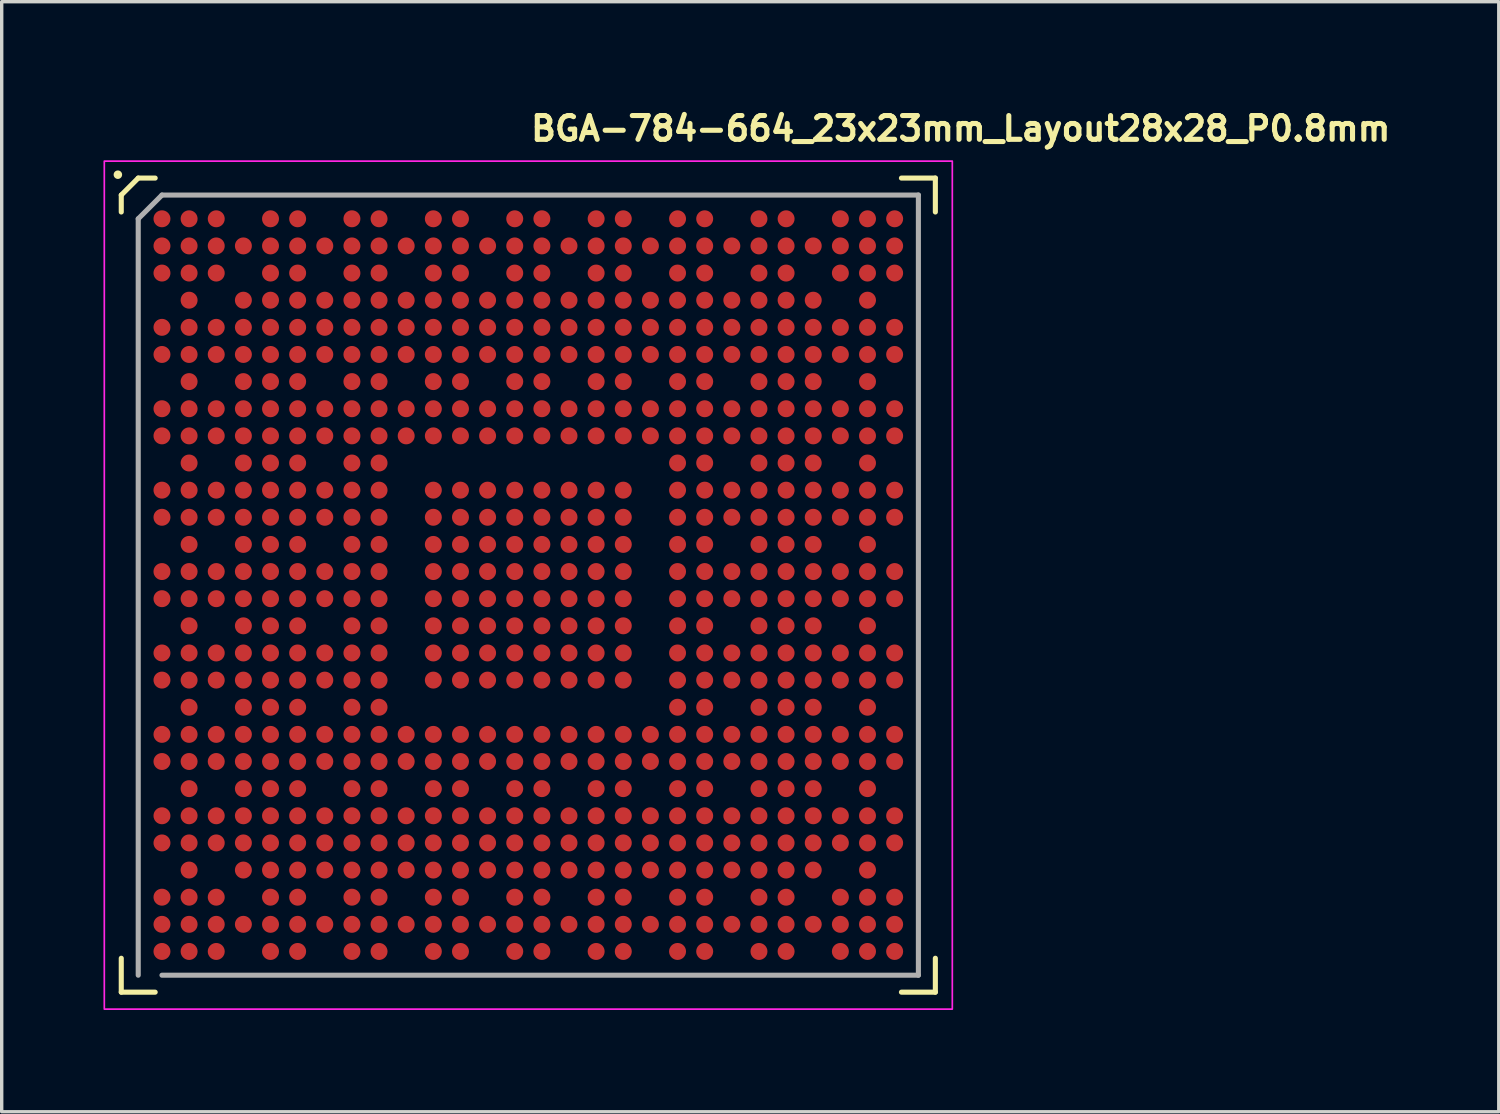
<source format=kicad_pcb>
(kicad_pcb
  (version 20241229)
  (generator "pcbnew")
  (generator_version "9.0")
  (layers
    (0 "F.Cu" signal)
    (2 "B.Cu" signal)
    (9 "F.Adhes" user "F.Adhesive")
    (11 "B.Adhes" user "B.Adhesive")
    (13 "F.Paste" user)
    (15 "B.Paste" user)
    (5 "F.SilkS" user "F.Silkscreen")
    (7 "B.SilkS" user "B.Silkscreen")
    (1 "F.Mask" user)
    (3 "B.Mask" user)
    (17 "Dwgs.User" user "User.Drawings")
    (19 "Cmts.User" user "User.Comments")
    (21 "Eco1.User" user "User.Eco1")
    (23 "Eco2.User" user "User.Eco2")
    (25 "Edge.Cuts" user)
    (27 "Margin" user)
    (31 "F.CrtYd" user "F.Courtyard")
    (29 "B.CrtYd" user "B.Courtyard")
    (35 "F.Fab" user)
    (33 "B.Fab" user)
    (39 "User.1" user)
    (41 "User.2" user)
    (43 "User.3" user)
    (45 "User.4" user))
  (footprint "BGA-784-664_23x23mm_Layout28x28_P0.8mm"
    (layer "F.Cu")
    (at 12.525 14.2)
    (property "Reference" "BGA-784-664_23x23mm_Layout28x28_P0.8mm" (at 0 -13.05 0) (unlocked yes) (layer "F.SilkS") (effects (font (size 0.7 0.7) (thickness 0.15)) (justify left bottom)))
    (attr smd)
    (fp_line (start -12 -11) (end -12 -11.5) (stroke (width 0.15) (type solid)) (layer "F.SilkS"))
    (fp_line (start -12 11) (end -12 12) (stroke (width 0.15) (type solid)) (layer "F.SilkS"))
    (fp_line (start -12 12) (end -11 12) (stroke (width 0.15) (type solid)) (layer "F.SilkS"))
    (fp_line (start -11.5 -12) (end -12 -11.5) (stroke (width 0.15) (type solid)) (layer "F.SilkS"))
    (fp_line (start -11.5 -12) (end -11 -12) (stroke (width 0.15) (type solid)) (layer "F.SilkS"))
    (fp_line (start 11 12) (end 12 12) (stroke (width 0.15) (type solid)) (layer "F.SilkS"))
    (fp_line (start 12 -12) (end 11 -12) (stroke (width 0.15) (type solid)) (layer "F.SilkS"))
    (fp_line (start 12 -11) (end 12 -12) (stroke (width 0.15) (type solid)) (layer "F.SilkS"))
    (fp_line (start 12 12) (end 12 11) (stroke (width 0.15) (type solid)) (layer "F.SilkS"))
    (fp_circle (center -12.1 -12.1) (end -12.05 -12.1) (stroke (width 0.15) (type solid)) (fill yes) (layer "F.SilkS"))
    (fp_rect (start -12.5 -12.5) (end 12.5 12.5) (stroke (width 0.05) (type solid)) (fill no) (layer "F.CrtYd"))
    (fp_line (start -11.5 -10.8) (end -10.8 -11.5) (stroke (width 0.15) (type solid)) (layer "F.Fab"))
    (fp_line (start -11.5 11.5) (end -11.5 -10.8) (stroke (width 0.15) (type default)) (layer "F.Fab"))
    (fp_line (start -10.8 -11.5) (end 11.5 -11.5) (stroke (width 0.15) (type default)) (layer "F.Fab"))
    (fp_line (start -10.8 11.5) (end 11.5 11.5) (stroke (width 0.15) (type default)) (layer "F.Fab"))
    (fp_line (start 11.5 -11.5) (end 11.5 11.5) (stroke (width 0.15) (type default)) (layer "F.Fab"))
    (fp_line (start -11.5 -10.8) (end -11.5 11.5) (stroke (width 0.1) (type solid)) (layer "User.5"))
    (fp_line (start -11.5 11.5) (end 11.5 11.5) (stroke (width 0.1) (type solid)) (layer "User.5"))
    (fp_line (start 11.5 -11.5) (end -10.8 -11.5) (stroke (width 0.1) (type solid)) (layer "User.5"))
    (fp_line (start 11.5 -11.5) (end 11.5 11.5) (stroke (width 0.1) (type solid)) (layer "User.5"))
    (fp_rect (start -11.5 -11.5) (end 11.5 11.5) (stroke (width 0.1) (type solid)) (fill no) (layer "User.5"))
    (fp_line (start -11.5 -10.75) (end -11.144 -10.394) (stroke (width 0.02) (type solid)) (layer "User.9"))
    (fp_line (start -11.5 -10.75) (end -10.75 -11.5) (stroke (width 0.02) (type solid)) (layer "User.9"))
    (fp_line (start -11.5 10.75) (end -11.5 -10.75) (stroke (width 0.02) (type solid)) (layer "User.9"))
    (fp_line (start -11.5 10.75) (end -11.144 10.394) (stroke (width 0.02) (type solid)) (layer "User.9"))
    (fp_line (start -11.144 -10.394) (end -10.394 -11.144) (stroke (width 0.02) (type solid)) (layer "User.9"))
    (fp_line (start -11.144 10.394) (end -11.144 -10.394) (stroke (width 0.02) (type solid)) (layer "User.9"))
    (fp_line (start -10.75 -11.5) (end -10.394 -11.144) (stroke (width 0.02) (type solid)) (layer "User.9"))
    (fp_line (start -10.75 -11.5) (end 10.75 -11.5) (stroke (width 0.02) (type solid)) (layer "User.9"))
    (fp_line (start -10.75 11.5) (end -11.5 10.75) (stroke (width 0.02) (type solid)) (layer "User.9"))
    (fp_line (start -10.75 11.5) (end -10.394 11.144) (stroke (width 0.02) (type solid)) (layer "User.9"))
    (fp_line (start -10.414 -10) (end -10.412 -10.056) (stroke (width 0.02) (type solid)) (layer "User.9"))
    (fp_line (start -10.412 -10.056) (end -10.402 -10.111) (stroke (width 0.02) (type solid)) (layer "User.9"))
    (fp_line (start -10.408 -9.944) (end -10.414 -10) (stroke (width 0.02) (type solid)) (layer "User.9"))
    (fp_line (start -10.402 -10.111) (end -10.385 -10.164) (stroke (width 0.02) (type solid)) (layer "User.9"))
    (fp_line (start -10.394 -11.144) (end 10.394 -11.144) (stroke (width 0.02) (type solid)) (layer "User.9"))
    (fp_line (start -10.394 -9.89) (end -10.408 -9.944) (stroke (width 0.02) (type solid)) (layer "User.9"))
    (fp_line (start -10.394 11.144) (end -11.144 10.394) (stroke (width 0.02) (type solid)) (layer "User.9"))
    (fp_line (start -10.385 -10.164) (end -10.36 -10.214) (stroke (width 0.02) (type solid)) (layer "User.9"))
    (fp_line (start -10.373 -9.838) (end -10.394 -9.89) (stroke (width 0.02) (type solid)) (layer "User.9"))
    (fp_line (start -10.36 -10.214) (end -10.329 -10.26) (stroke (width 0.02) (type solid)) (layer "User.9"))
    (fp_line (start -10.345 -9.79) (end -10.373 -9.838) (stroke (width 0.02) (type solid)) (layer "User.9"))
    (fp_line (start -10.329 -10.26) (end -10.292 -10.302) (stroke (width 0.02) (type solid)) (layer "User.9"))
    (fp_line (start -10.311 -9.747) (end -10.345 -9.79) (stroke (width 0.02) (type solid)) (layer "User.9"))
    (fp_line (start -10.292 -10.302) (end -10.249 -10.337) (stroke (width 0.02) (type solid)) (layer "User.9"))
    (fp_line (start -10.271 -9.707) (end -10.311 -9.747) (stroke (width 0.02) (type solid)) (layer "User.9"))
    (fp_line (start -10.249 -10.337) (end -10.202 -10.367) (stroke (width 0.02) (type solid)) (layer "User.9"))
    (fp_line (start -10.226 -9.675) (end -10.271 -9.707) (stroke (width 0.02) (type solid)) (layer "User.9"))
    (fp_line (start -10.202 -10.367) (end -10.151 -10.39) (stroke (width 0.02) (type solid)) (layer "User.9"))
    (fp_line (start -10.177 -9.649) (end -10.226 -9.675) (stroke (width 0.02) (type solid)) (layer "User.9"))
    (fp_line (start -10.151 -10.39) (end -10.097 -10.405) (stroke (width 0.02) (type solid)) (layer "User.9"))
    (fp_line (start -10.124 -9.629) (end -10.177 -9.649) (stroke (width 0.02) (type solid)) (layer "User.9"))
    (fp_line (start -10.097 -10.405) (end -10.042 -10.413) (stroke (width 0.02) (type solid)) (layer "User.9"))
    (fp_line (start -10.069 -9.618) (end -10.124 -9.629) (stroke (width 0.02) (type solid)) (layer "User.9"))
    (fp_line (start -10.042 -10.413) (end -9.986 -10.413) (stroke (width 0.02) (type solid)) (layer "User.9"))
    (fp_line (start -10.014 -9.614) (end -10.069 -9.618) (stroke (width 0.02) (type solid)) (layer "User.9"))
    (fp_line (start -10.014 -9.614) (end -10.014 -9.614) (stroke (width 0.02) (type solid)) (layer "User.9"))
    (fp_line (start -9.986 -10.413) (end -9.931 -10.405) (stroke (width 0.02) (type solid)) (layer "User.9"))
    (fp_line (start -9.958 -9.618) (end -10.014 -9.614) (stroke (width 0.02) (type solid)) (layer "User.9"))
    (fp_line (start -9.931 -10.405) (end -9.877 -10.39) (stroke (width 0.02) (type solid)) (layer "User.9"))
    (fp_line (start -9.904 -9.629) (end -9.958 -9.618) (stroke (width 0.02) (type solid)) (layer "User.9"))
    (fp_line (start -9.877 -10.39) (end -9.826 -10.367) (stroke (width 0.02) (type solid)) (layer "User.9"))
    (fp_line (start -9.852 -9.648) (end -9.904 -9.629) (stroke (width 0.02) (type solid)) (layer "User.9"))
    (fp_line (start -9.826 -10.367) (end -9.779 -10.337) (stroke (width 0.02) (type solid)) (layer "User.9"))
    (fp_line (start -9.802 -9.675) (end -9.852 -9.648) (stroke (width 0.02) (type solid)) (layer "User.9"))
    (fp_line (start -9.779 -10.337) (end -9.736 -10.302) (stroke (width 0.02) (type solid)) (layer "User.9"))
    (fp_line (start -9.757 -9.707) (end -9.802 -9.675) (stroke (width 0.02) (type solid)) (layer "User.9"))
    (fp_line (start -9.736 -10.302) (end -9.699 -10.26) (stroke (width 0.02) (type solid)) (layer "User.9"))
    (fp_line (start -9.717 -9.746) (end -9.757 -9.707) (stroke (width 0.02) (type solid)) (layer "User.9"))
    (fp_line (start -9.699 -10.26) (end -9.667 -10.214) (stroke (width 0.02) (type solid)) (layer "User.9"))
    (fp_line (start -9.682 -9.79) (end -9.717 -9.746) (stroke (width 0.02) (type solid)) (layer "User.9"))
    (fp_line (start -9.667 -10.214) (end -9.643 -10.164) (stroke (width 0.02) (type solid)) (layer "User.9"))
    (fp_line (start -9.654 -9.838) (end -9.682 -9.79) (stroke (width 0.02) (type solid)) (layer "User.9"))
    (fp_line (start -9.643 -10.164) (end -9.626 -10.111) (stroke (width 0.02) (type solid)) (layer "User.9"))
    (fp_line (start -9.633 -9.89) (end -9.654 -9.838) (stroke (width 0.02) (type solid)) (layer "User.9"))
    (fp_line (start -9.626 -10.111) (end -9.616 -10.056) (stroke (width 0.02) (type solid)) (layer "User.9"))
    (fp_line (start -9.62 -9.944) (end -9.633 -9.89) (stroke (width 0.02) (type solid)) (layer "User.9"))
    (fp_line (start -9.616 -10.056) (end -9.614 -10) (stroke (width 0.02) (type solid)) (layer "User.9"))
    (fp_line (start -9.614 -10) (end -9.62 -9.944) (stroke (width 0.02) (type solid)) (layer "User.9"))
    (fp_line (start 10.394 -11.144) (end 11.144 -10.394) (stroke (width 0.02) (type solid)) (layer "User.9"))
    (fp_line (start 10.394 11.144) (end -10.394 11.144) (stroke (width 0.02) (type solid)) (layer "User.9"))
    (fp_line (start 10.394 11.144) (end 10.75 11.5) (stroke (width 0.02) (type solid)) (layer "User.9"))
    (fp_line (start 10.75 -11.5) (end 10.394 -11.144) (stroke (width 0.02) (type solid)) (layer "User.9"))
    (fp_line (start 10.75 -11.5) (end 11.5 -10.75) (stroke (width 0.02) (type solid)) (layer "User.9"))
    (fp_line (start 10.75 11.5) (end -10.75 11.5) (stroke (width 0.02) (type solid)) (layer "User.9"))
    (fp_line (start 10.75 11.5) (end 10.394 11.144) (stroke (width 0.02) (type solid)) (layer "User.9"))
    (fp_line (start 11.144 -10.394) (end 11.144 10.394) (stroke (width 0.02) (type solid)) (layer "User.9"))
    (fp_line (start 11.144 10.394) (end 10.394 11.144) (stroke (width 0.02) (type solid)) (layer "User.9"))
    (fp_line (start 11.5 -10.75) (end 11.144 -10.394) (stroke (width 0.02) (type solid)) (layer "User.9"))
    (fp_line (start 11.5 -10.75) (end 11.5 10.75) (stroke (width 0.02) (type solid)) (layer "User.9"))
    (fp_line (start 11.5 10.75) (end 10.75 11.5) (stroke (width 0.02) (type solid)) (layer "User.9"))
    (fp_line (start 11.5 10.75) (end 11.144 10.394) (stroke (width 0.02) (type solid)) (layer "User.9"))
    (pad "A1" smd circle (at -10.8 -10.8) (size 0.5 0.5) (layers "F.Cu" "F.Mask" "F.Paste"))
    (pad "A2" smd circle (at -10 -10.8) (size 0.5 0.5) (layers "F.Cu" "F.Mask" "F.Paste"))
    (pad "A3" smd circle (at -9.2 -10.8) (size 0.5 0.5) (layers "F.Cu" "F.Mask" "F.Paste"))
    (pad "A5" smd circle (at -7.6 -10.8) (size 0.5 0.5) (layers "F.Cu" "F.Mask" "F.Paste"))
    (pad "A6" smd circle (at -6.8 -10.8) (size 0.5 0.5) (layers "F.Cu" "F.Mask" "F.Paste"))
    (pad "A8" smd circle (at -5.2 -10.8) (size 0.5 0.5) (layers "F.Cu" "F.Mask" "F.Paste"))
    (pad "A9" smd circle (at -4.4 -10.8) (size 0.5 0.5) (layers "F.Cu" "F.Mask" "F.Paste"))
    (pad "A11" smd circle (at -2.8 -10.8) (size 0.5 0.5) (layers "F.Cu" "F.Mask" "F.Paste"))
    (pad "A12" smd circle (at -2 -10.8) (size 0.5 0.5) (layers "F.Cu" "F.Mask" "F.Paste"))
    (pad "A14" smd circle (at -0.4 -10.8) (size 0.5 0.5) (layers "F.Cu" "F.Mask" "F.Paste"))
    (pad "A15" smd circle (at 0.4 -10.8) (size 0.5 0.5) (layers "F.Cu" "F.Mask" "F.Paste"))
    (pad "A17" smd circle (at 2 -10.8) (size 0.5 0.5) (layers "F.Cu" "F.Mask" "F.Paste"))
    (pad "A18" smd circle (at 2.8 -10.8) (size 0.5 0.5) (layers "F.Cu" "F.Mask" "F.Paste"))
    (pad "A20" smd circle (at 4.4 -10.8) (size 0.5 0.5) (layers "F.Cu" "F.Mask" "F.Paste"))
    (pad "A21" smd circle (at 5.2 -10.8) (size 0.5 0.5) (layers "F.Cu" "F.Mask" "F.Paste"))
    (pad "A23" smd circle (at 6.8 -10.8) (size 0.5 0.5) (layers "F.Cu" "F.Mask" "F.Paste"))
    (pad "A24" smd circle (at 7.6 -10.8) (size 0.5 0.5) (layers "F.Cu" "F.Mask" "F.Paste"))
    (pad "A26" smd circle (at 9.2 -10.8) (size 0.5 0.5) (layers "F.Cu" "F.Mask" "F.Paste"))
    (pad "A27" smd circle (at 10 -10.8) (size 0.5 0.5) (layers "F.Cu" "F.Mask" "F.Paste"))
    (pad "A28" smd circle (at 10.8 -10.8) (size 0.5 0.5) (layers "F.Cu" "F.Mask" "F.Paste"))
    (pad "AA1" smd circle (at -10.8 5.2) (size 0.5 0.5) (layers "F.Cu" "F.Mask" "F.Paste"))
    (pad "AA2" smd circle (at -10 5.2) (size 0.5 0.5) (layers "F.Cu" "F.Mask" "F.Paste"))
    (pad "AA3" smd circle (at -9.2 5.2) (size 0.5 0.5) (layers "F.Cu" "F.Mask" "F.Paste"))
    (pad "AA4" smd circle (at -8.4 5.2) (size 0.5 0.5) (layers "F.Cu" "F.Mask" "F.Paste"))
    (pad "AA5" smd circle (at -7.6 5.2) (size 0.5 0.5) (layers "F.Cu" "F.Mask" "F.Paste"))
    (pad "AA6" smd circle (at -6.8 5.2) (size 0.5 0.5) (layers "F.Cu" "F.Mask" "F.Paste"))
    (pad "AA7" smd circle (at -6 5.2) (size 0.5 0.5) (layers "F.Cu" "F.Mask" "F.Paste"))
    (pad "AA8" smd circle (at -5.2 5.2) (size 0.5 0.5) (layers "F.Cu" "F.Mask" "F.Paste"))
    (pad "AA9" smd circle (at -4.4 5.2) (size 0.5 0.5) (layers "F.Cu" "F.Mask" "F.Paste"))
    (pad "AA10" smd circle (at -3.6 5.2) (size 0.5 0.5) (layers "F.Cu" "F.Mask" "F.Paste"))
    (pad "AA11" smd circle (at -2.8 5.2) (size 0.5 0.5) (layers "F.Cu" "F.Mask" "F.Paste"))
    (pad "AA12" smd circle (at -2 5.2) (size 0.5 0.5) (layers "F.Cu" "F.Mask" "F.Paste"))
    (pad "AA13" smd circle (at -1.2 5.2) (size 0.5 0.5) (layers "F.Cu" "F.Mask" "F.Paste"))
    (pad "AA14" smd circle (at -0.4 5.2) (size 0.5 0.5) (layers "F.Cu" "F.Mask" "F.Paste"))
    (pad "AA15" smd circle (at 0.4 5.2) (size 0.5 0.5) (layers "F.Cu" "F.Mask" "F.Paste"))
    (pad "AA16" smd circle (at 1.2 5.2) (size 0.5 0.5) (layers "F.Cu" "F.Mask" "F.Paste"))
    (pad "AA17" smd circle (at 2 5.2) (size 0.5 0.5) (layers "F.Cu" "F.Mask" "F.Paste"))
    (pad "AA18" smd circle (at 2.8 5.2) (size 0.5 0.5) (layers "F.Cu" "F.Mask" "F.Paste"))
    (pad "AA19" smd circle (at 3.6 5.2) (size 0.5 0.5) (layers "F.Cu" "F.Mask" "F.Paste"))
    (pad "AA20" smd circle (at 4.4 5.2) (size 0.5 0.5) (layers "F.Cu" "F.Mask" "F.Paste"))
    (pad "AA21" smd circle (at 5.2 5.2) (size 0.5 0.5) (layers "F.Cu" "F.Mask" "F.Paste"))
    (pad "AA22" smd circle (at 6 5.2) (size 0.5 0.5) (layers "F.Cu" "F.Mask" "F.Paste"))
    (pad "AA23" smd circle (at 6.8 5.2) (size 0.5 0.5) (layers "F.Cu" "F.Mask" "F.Paste"))
    (pad "AA24" smd circle (at 7.6 5.2) (size 0.5 0.5) (layers "F.Cu" "F.Mask" "F.Paste"))
    (pad "AA25" smd circle (at 8.4 5.2) (size 0.5 0.5) (layers "F.Cu" "F.Mask" "F.Paste"))
    (pad "AA26" smd circle (at 9.2 5.2) (size 0.5 0.5) (layers "F.Cu" "F.Mask" "F.Paste"))
    (pad "AA27" smd circle (at 10 5.2) (size 0.5 0.5) (layers "F.Cu" "F.Mask" "F.Paste"))
    (pad "AA28" smd circle (at 10.8 5.2) (size 0.5 0.5) (layers "F.Cu" "F.Mask" "F.Paste"))
    (pad "AB2" smd circle (at -10 6) (size 0.5 0.5) (layers "F.Cu" "F.Mask" "F.Paste"))
    (pad "AB4" smd circle (at -8.4 6) (size 0.5 0.5) (layers "F.Cu" "F.Mask" "F.Paste"))
    (pad "AB5" smd circle (at -7.6 6) (size 0.5 0.5) (layers "F.Cu" "F.Mask" "F.Paste"))
    (pad "AB6" smd circle (at -6.8 6) (size 0.5 0.5) (layers "F.Cu" "F.Mask" "F.Paste"))
    (pad "AB8" smd circle (at -5.2 6) (size 0.5 0.5) (layers "F.Cu" "F.Mask" "F.Paste"))
    (pad "AB9" smd circle (at -4.4 6) (size 0.5 0.5) (layers "F.Cu" "F.Mask" "F.Paste"))
    (pad "AB11" smd circle (at -2.8 6) (size 0.5 0.5) (layers "F.Cu" "F.Mask" "F.Paste"))
    (pad "AB12" smd circle (at -2 6) (size 0.5 0.5) (layers "F.Cu" "F.Mask" "F.Paste"))
    (pad "AB14" smd circle (at -0.4 6) (size 0.5 0.5) (layers "F.Cu" "F.Mask" "F.Paste"))
    (pad "AB15" smd circle (at 0.4 6) (size 0.5 0.5) (layers "F.Cu" "F.Mask" "F.Paste"))
    (pad "AB17" smd circle (at 2 6) (size 0.5 0.5) (layers "F.Cu" "F.Mask" "F.Paste"))
    (pad "AB18" smd circle (at 2.8 6) (size 0.5 0.5) (layers "F.Cu" "F.Mask" "F.Paste"))
    (pad "AB20" smd circle (at 4.4 6) (size 0.5 0.5) (layers "F.Cu" "F.Mask" "F.Paste"))
    (pad "AB21" smd circle (at 5.2 6) (size 0.5 0.5) (layers "F.Cu" "F.Mask" "F.Paste"))
    (pad "AB23" smd circle (at 6.8 6) (size 0.5 0.5) (layers "F.Cu" "F.Mask" "F.Paste"))
    (pad "AB24" smd circle (at 7.6 6) (size 0.5 0.5) (layers "F.Cu" "F.Mask" "F.Paste"))
    (pad "AB25" smd circle (at 8.4 6) (size 0.5 0.5) (layers "F.Cu" "F.Mask" "F.Paste"))
    (pad "AB27" smd circle (at 10 6) (size 0.5 0.5) (layers "F.Cu" "F.Mask" "F.Paste"))
    (pad "AC1" smd circle (at -10.8 6.8) (size 0.5 0.5) (layers "F.Cu" "F.Mask" "F.Paste"))
    (pad "AC2" smd circle (at -10 6.8) (size 0.5 0.5) (layers "F.Cu" "F.Mask" "F.Paste"))
    (pad "AC3" smd circle (at -9.2 6.8) (size 0.5 0.5) (layers "F.Cu" "F.Mask" "F.Paste"))
    (pad "AC4" smd circle (at -8.4 6.8) (size 0.5 0.5) (layers "F.Cu" "F.Mask" "F.Paste"))
    (pad "AC5" smd circle (at -7.6 6.8) (size 0.5 0.5) (layers "F.Cu" "F.Mask" "F.Paste"))
    (pad "AC6" smd circle (at -6.8 6.8) (size 0.5 0.5) (layers "F.Cu" "F.Mask" "F.Paste"))
    (pad "AC7" smd circle (at -6 6.8) (size 0.5 0.5) (layers "F.Cu" "F.Mask" "F.Paste"))
    (pad "AC8" smd circle (at -5.2 6.8) (size 0.5 0.5) (layers "F.Cu" "F.Mask" "F.Paste"))
    (pad "AC9" smd circle (at -4.4 6.8) (size 0.5 0.5) (layers "F.Cu" "F.Mask" "F.Paste"))
    (pad "AC10" smd circle (at -3.6 6.8) (size 0.5 0.5) (layers "F.Cu" "F.Mask" "F.Paste"))
    (pad "AC11" smd circle (at -2.8 6.8) (size 0.5 0.5) (layers "F.Cu" "F.Mask" "F.Paste"))
    (pad "AC12" smd circle (at -2 6.8) (size 0.5 0.5) (layers "F.Cu" "F.Mask" "F.Paste"))
    (pad "AC13" smd circle (at -1.2 6.8) (size 0.5 0.5) (layers "F.Cu" "F.Mask" "F.Paste"))
    (pad "AC14" smd circle (at -0.4 6.8) (size 0.5 0.5) (layers "F.Cu" "F.Mask" "F.Paste"))
    (pad "AC15" smd circle (at 0.4 6.8) (size 0.5 0.5) (layers "F.Cu" "F.Mask" "F.Paste"))
    (pad "AC16" smd circle (at 1.2 6.8) (size 0.5 0.5) (layers "F.Cu" "F.Mask" "F.Paste"))
    (pad "AC17" smd circle (at 2 6.8) (size 0.5 0.5) (layers "F.Cu" "F.Mask" "F.Paste"))
    (pad "AC18" smd circle (at 2.8 6.8) (size 0.5 0.5) (layers "F.Cu" "F.Mask" "F.Paste"))
    (pad "AC19" smd circle (at 3.6 6.8) (size 0.5 0.5) (layers "F.Cu" "F.Mask" "F.Paste"))
    (pad "AC20" smd circle (at 4.4 6.8) (size 0.5 0.5) (layers "F.Cu" "F.Mask" "F.Paste"))
    (pad "AC21" smd circle (at 5.2 6.8) (size 0.5 0.5) (layers "F.Cu" "F.Mask" "F.Paste"))
    (pad "AC22" smd circle (at 6 6.8) (size 0.5 0.5) (layers "F.Cu" "F.Mask" "F.Paste"))
    (pad "AC23" smd circle (at 6.8 6.8) (size 0.5 0.5) (layers "F.Cu" "F.Mask" "F.Paste"))
    (pad "AC24" smd circle (at 7.6 6.8) (size 0.5 0.5) (layers "F.Cu" "F.Mask" "F.Paste"))
    (pad "AC25" smd circle (at 8.4 6.8) (size 0.5 0.5) (layers "F.Cu" "F.Mask" "F.Paste"))
    (pad "AC26" smd circle (at 9.2 6.8) (size 0.5 0.5) (layers "F.Cu" "F.Mask" "F.Paste"))
    (pad "AC27" smd circle (at 10 6.8) (size 0.5 0.5) (layers "F.Cu" "F.Mask" "F.Paste"))
    (pad "AC28" smd circle (at 10.8 6.8) (size 0.5 0.5) (layers "F.Cu" "F.Mask" "F.Paste"))
    (pad "AD1" smd circle (at -10.8 7.6) (size 0.5 0.5) (layers "F.Cu" "F.Mask" "F.Paste"))
    (pad "AD2" smd circle (at -10 7.6) (size 0.5 0.5) (layers "F.Cu" "F.Mask" "F.Paste"))
    (pad "AD3" smd circle (at -9.2 7.6) (size 0.5 0.5) (layers "F.Cu" "F.Mask" "F.Paste"))
    (pad "AD4" smd circle (at -8.4 7.6) (size 0.5 0.5) (layers "F.Cu" "F.Mask" "F.Paste"))
    (pad "AD5" smd circle (at -7.6 7.6) (size 0.5 0.5) (layers "F.Cu" "F.Mask" "F.Paste"))
    (pad "AD6" smd circle (at -6.8 7.6) (size 0.5 0.5) (layers "F.Cu" "F.Mask" "F.Paste"))
    (pad "AD7" smd circle (at -6 7.6) (size 0.5 0.5) (layers "F.Cu" "F.Mask" "F.Paste"))
    (pad "AD8" smd circle (at -5.2 7.6) (size 0.5 0.5) (layers "F.Cu" "F.Mask" "F.Paste"))
    (pad "AD9" smd circle (at -4.4 7.6) (size 0.5 0.5) (layers "F.Cu" "F.Mask" "F.Paste"))
    (pad "AD10" smd circle (at -3.6 7.6) (size 0.5 0.5) (layers "F.Cu" "F.Mask" "F.Paste"))
    (pad "AD11" smd circle (at -2.8 7.6) (size 0.5 0.5) (layers "F.Cu" "F.Mask" "F.Paste"))
    (pad "AD12" smd circle (at -2 7.6) (size 0.5 0.5) (layers "F.Cu" "F.Mask" "F.Paste"))
    (pad "AD13" smd circle (at -1.2 7.6) (size 0.5 0.5) (layers "F.Cu" "F.Mask" "F.Paste"))
    (pad "AD14" smd circle (at -0.4 7.6) (size 0.5 0.5) (layers "F.Cu" "F.Mask" "F.Paste"))
    (pad "AD15" smd circle (at 0.4 7.6) (size 0.5 0.5) (layers "F.Cu" "F.Mask" "F.Paste"))
    (pad "AD16" smd circle (at 1.2 7.6) (size 0.5 0.5) (layers "F.Cu" "F.Mask" "F.Paste"))
    (pad "AD17" smd circle (at 2 7.6) (size 0.5 0.5) (layers "F.Cu" "F.Mask" "F.Paste"))
    (pad "AD18" smd circle (at 2.8 7.6) (size 0.5 0.5) (layers "F.Cu" "F.Mask" "F.Paste"))
    (pad "AD19" smd circle (at 3.6 7.6) (size 0.5 0.5) (layers "F.Cu" "F.Mask" "F.Paste"))
    (pad "AD20" smd circle (at 4.4 7.6) (size 0.5 0.5) (layers "F.Cu" "F.Mask" "F.Paste"))
    (pad "AD21" smd circle (at 5.2 7.6) (size 0.5 0.5) (layers "F.Cu" "F.Mask" "F.Paste"))
    (pad "AD22" smd circle (at 6 7.6) (size 0.5 0.5) (layers "F.Cu" "F.Mask" "F.Paste"))
    (pad "AD23" smd circle (at 6.8 7.6) (size 0.5 0.5) (layers "F.Cu" "F.Mask" "F.Paste"))
    (pad "AD24" smd circle (at 7.6 7.6) (size 0.5 0.5) (layers "F.Cu" "F.Mask" "F.Paste"))
    (pad "AD25" smd circle (at 8.4 7.6) (size 0.5 0.5) (layers "F.Cu" "F.Mask" "F.Paste"))
    (pad "AD26" smd circle (at 9.2 7.6) (size 0.5 0.5) (layers "F.Cu" "F.Mask" "F.Paste"))
    (pad "AD27" smd circle (at 10 7.6) (size 0.5 0.5) (layers "F.Cu" "F.Mask" "F.Paste"))
    (pad "AD28" smd circle (at 10.8 7.6) (size 0.5 0.5) (layers "F.Cu" "F.Mask" "F.Paste"))
    (pad "AE2" smd circle (at -10 8.4) (size 0.5 0.5) (layers "F.Cu" "F.Mask" "F.Paste"))
    (pad "AE4" smd circle (at -8.4 8.4) (size 0.5 0.5) (layers "F.Cu" "F.Mask" "F.Paste"))
    (pad "AE5" smd circle (at -7.6 8.4) (size 0.5 0.5) (layers "F.Cu" "F.Mask" "F.Paste"))
    (pad "AE6" smd circle (at -6.8 8.4) (size 0.5 0.5) (layers "F.Cu" "F.Mask" "F.Paste"))
    (pad "AE7" smd circle (at -6 8.4) (size 0.5 0.5) (layers "F.Cu" "F.Mask" "F.Paste"))
    (pad "AE8" smd circle (at -5.2 8.4) (size 0.5 0.5) (layers "F.Cu" "F.Mask" "F.Paste"))
    (pad "AE9" smd circle (at -4.4 8.4) (size 0.5 0.5) (layers "F.Cu" "F.Mask" "F.Paste"))
    (pad "AE10" smd circle (at -3.6 8.4) (size 0.5 0.5) (layers "F.Cu" "F.Mask" "F.Paste"))
    (pad "AE11" smd circle (at -2.8 8.4) (size 0.5 0.5) (layers "F.Cu" "F.Mask" "F.Paste"))
    (pad "AE12" smd circle (at -2 8.4) (size 0.5 0.5) (layers "F.Cu" "F.Mask" "F.Paste"))
    (pad "AE13" smd circle (at -1.2 8.4) (size 0.5 0.5) (layers "F.Cu" "F.Mask" "F.Paste"))
    (pad "AE14" smd circle (at -0.4 8.4) (size 0.5 0.5) (layers "F.Cu" "F.Mask" "F.Paste"))
    (pad "AE15" smd circle (at 0.4 8.4) (size 0.5 0.5) (layers "F.Cu" "F.Mask" "F.Paste"))
    (pad "AE16" smd circle (at 1.2 8.4) (size 0.5 0.5) (layers "F.Cu" "F.Mask" "F.Paste"))
    (pad "AE17" smd circle (at 2 8.4) (size 0.5 0.5) (layers "F.Cu" "F.Mask" "F.Paste"))
    (pad "AE18" smd circle (at 2.8 8.4) (size 0.5 0.5) (layers "F.Cu" "F.Mask" "F.Paste"))
    (pad "AE19" smd circle (at 3.6 8.4) (size 0.5 0.5) (layers "F.Cu" "F.Mask" "F.Paste"))
    (pad "AE20" smd circle (at 4.4 8.4) (size 0.5 0.5) (layers "F.Cu" "F.Mask" "F.Paste"))
    (pad "AE21" smd circle (at 5.2 8.4) (size 0.5 0.5) (layers "F.Cu" "F.Mask" "F.Paste"))
    (pad "AE22" smd circle (at 6 8.4) (size 0.5 0.5) (layers "F.Cu" "F.Mask" "F.Paste"))
    (pad "AE23" smd circle (at 6.8 8.4) (size 0.5 0.5) (layers "F.Cu" "F.Mask" "F.Paste"))
    (pad "AE24" smd circle (at 7.6 8.4) (size 0.5 0.5) (layers "F.Cu" "F.Mask" "F.Paste"))
    (pad "AE25" smd circle (at 8.4 8.4) (size 0.5 0.5) (layers "F.Cu" "F.Mask" "F.Paste"))
    (pad "AE27" smd circle (at 10 8.4) (size 0.5 0.5) (layers "F.Cu" "F.Mask" "F.Paste"))
    (pad "AF1" smd circle (at -10.8 9.2) (size 0.5 0.5) (layers "F.Cu" "F.Mask" "F.Paste"))
    (pad "AF2" smd circle (at -10 9.2) (size 0.5 0.5) (layers "F.Cu" "F.Mask" "F.Paste"))
    (pad "AF3" smd circle (at -9.2 9.2) (size 0.5 0.5) (layers "F.Cu" "F.Mask" "F.Paste"))
    (pad "AF5" smd circle (at -7.6 9.2) (size 0.5 0.5) (layers "F.Cu" "F.Mask" "F.Paste"))
    (pad "AF6" smd circle (at -6.8 9.2) (size 0.5 0.5) (layers "F.Cu" "F.Mask" "F.Paste"))
    (pad "AF8" smd circle (at -5.2 9.2) (size 0.5 0.5) (layers "F.Cu" "F.Mask" "F.Paste"))
    (pad "AF9" smd circle (at -4.4 9.2) (size 0.5 0.5) (layers "F.Cu" "F.Mask" "F.Paste"))
    (pad "AF11" smd circle (at -2.8 9.2) (size 0.5 0.5) (layers "F.Cu" "F.Mask" "F.Paste"))
    (pad "AF12" smd circle (at -2 9.2) (size 0.5 0.5) (layers "F.Cu" "F.Mask" "F.Paste"))
    (pad "AF14" smd circle (at -0.4 9.2) (size 0.5 0.5) (layers "F.Cu" "F.Mask" "F.Paste"))
    (pad "AF15" smd circle (at 0.4 9.2) (size 0.5 0.5) (layers "F.Cu" "F.Mask" "F.Paste"))
    (pad "AF17" smd circle (at 2 9.2) (size 0.5 0.5) (layers "F.Cu" "F.Mask" "F.Paste"))
    (pad "AF18" smd circle (at 2.8 9.2) (size 0.5 0.5) (layers "F.Cu" "F.Mask" "F.Paste"))
    (pad "AF20" smd circle (at 4.4 9.2) (size 0.5 0.5) (layers "F.Cu" "F.Mask" "F.Paste"))
    (pad "AF21" smd circle (at 5.2 9.2) (size 0.5 0.5) (layers "F.Cu" "F.Mask" "F.Paste"))
    (pad "AF23" smd circle (at 6.8 9.2) (size 0.5 0.5) (layers "F.Cu" "F.Mask" "F.Paste"))
    (pad "AF24" smd circle (at 7.6 9.2) (size 0.5 0.5) (layers "F.Cu" "F.Mask" "F.Paste"))
    (pad "AF26" smd circle (at 9.2 9.2) (size 0.5 0.5) (layers "F.Cu" "F.Mask" "F.Paste"))
    (pad "AF27" smd circle (at 10 9.2) (size 0.5 0.5) (layers "F.Cu" "F.Mask" "F.Paste"))
    (pad "AF28" smd circle (at 10.8 9.2) (size 0.5 0.5) (layers "F.Cu" "F.Mask" "F.Paste"))
    (pad "AG1" smd circle (at -10.8 10) (size 0.5 0.5) (layers "F.Cu" "F.Mask" "F.Paste"))
    (pad "AG2" smd circle (at -10 10) (size 0.5 0.5) (layers "F.Cu" "F.Mask" "F.Paste"))
    (pad "AG3" smd circle (at -9.2 10) (size 0.5 0.5) (layers "F.Cu" "F.Mask" "F.Paste"))
    (pad "AG4" smd circle (at -8.4 10) (size 0.5 0.5) (layers "F.Cu" "F.Mask" "F.Paste"))
    (pad "AG5" smd circle (at -7.6 10) (size 0.5 0.5) (layers "F.Cu" "F.Mask" "F.Paste"))
    (pad "AG6" smd circle (at -6.8 10) (size 0.5 0.5) (layers "F.Cu" "F.Mask" "F.Paste"))
    (pad "AG7" smd circle (at -6 10) (size 0.5 0.5) (layers "F.Cu" "F.Mask" "F.Paste"))
    (pad "AG8" smd circle (at -5.2 10) (size 0.5 0.5) (layers "F.Cu" "F.Mask" "F.Paste"))
    (pad "AG9" smd circle (at -4.4 10) (size 0.5 0.5) (layers "F.Cu" "F.Mask" "F.Paste"))
    (pad "AG10" smd circle (at -3.6 10) (size 0.5 0.5) (layers "F.Cu" "F.Mask" "F.Paste"))
    (pad "AG11" smd circle (at -2.8 10) (size 0.5 0.5) (layers "F.Cu" "F.Mask" "F.Paste"))
    (pad "AG12" smd circle (at -2 10) (size 0.5 0.5) (layers "F.Cu" "F.Mask" "F.Paste"))
    (pad "AG13" smd circle (at -1.2 10) (size 0.5 0.5) (layers "F.Cu" "F.Mask" "F.Paste"))
    (pad "AG14" smd circle (at -0.4 10) (size 0.5 0.5) (layers "F.Cu" "F.Mask" "F.Paste"))
    (pad "AG15" smd circle (at 0.4 10) (size 0.5 0.5) (layers "F.Cu" "F.Mask" "F.Paste"))
    (pad "AG16" smd circle (at 1.2 10) (size 0.5 0.5) (layers "F.Cu" "F.Mask" "F.Paste"))
    (pad "AG17" smd circle (at 2 10) (size 0.5 0.5) (layers "F.Cu" "F.Mask" "F.Paste"))
    (pad "AG18" smd circle (at 2.8 10) (size 0.5 0.5) (layers "F.Cu" "F.Mask" "F.Paste"))
    (pad "AG19" smd circle (at 3.6 10) (size 0.5 0.5) (layers "F.Cu" "F.Mask" "F.Paste"))
    (pad "AG20" smd circle (at 4.4 10) (size 0.5 0.5) (layers "F.Cu" "F.Mask" "F.Paste"))
    (pad "AG21" smd circle (at 5.2 10) (size 0.5 0.5) (layers "F.Cu" "F.Mask" "F.Paste"))
    (pad "AG22" smd circle (at 6 10) (size 0.5 0.5) (layers "F.Cu" "F.Mask" "F.Paste"))
    (pad "AG23" smd circle (at 6.8 10) (size 0.5 0.5) (layers "F.Cu" "F.Mask" "F.Paste"))
    (pad "AG24" smd circle (at 7.6 10) (size 0.5 0.5) (layers "F.Cu" "F.Mask" "F.Paste"))
    (pad "AG25" smd circle (at 8.4 10) (size 0.5 0.5) (layers "F.Cu" "F.Mask" "F.Paste"))
    (pad "AG26" smd circle (at 9.2 10) (size 0.5 0.5) (layers "F.Cu" "F.Mask" "F.Paste"))
    (pad "AG27" smd circle (at 10 10) (size 0.5 0.5) (layers "F.Cu" "F.Mask" "F.Paste"))
    (pad "AG28" smd circle (at 10.8 10) (size 0.5 0.5) (layers "F.Cu" "F.Mask" "F.Paste"))
    (pad "AH1" smd circle (at -10.8 10.8) (size 0.5 0.5) (layers "F.Cu" "F.Mask" "F.Paste"))
    (pad "AH2" smd circle (at -10 10.8) (size 0.5 0.5) (layers "F.Cu" "F.Mask" "F.Paste"))
    (pad "AH3" smd circle (at -9.2 10.8) (size 0.5 0.5) (layers "F.Cu" "F.Mask" "F.Paste"))
    (pad "AH5" smd circle (at -7.6 10.8) (size 0.5 0.5) (layers "F.Cu" "F.Mask" "F.Paste"))
    (pad "AH6" smd circle (at -6.8 10.8) (size 0.5 0.5) (layers "F.Cu" "F.Mask" "F.Paste"))
    (pad "AH8" smd circle (at -5.2 10.8) (size 0.5 0.5) (layers "F.Cu" "F.Mask" "F.Paste"))
    (pad "AH9" smd circle (at -4.4 10.8) (size 0.5 0.5) (layers "F.Cu" "F.Mask" "F.Paste"))
    (pad "AH11" smd circle (at -2.8 10.8) (size 0.5 0.5) (layers "F.Cu" "F.Mask" "F.Paste"))
    (pad "AH12" smd circle (at -2 10.8) (size 0.5 0.5) (layers "F.Cu" "F.Mask" "F.Paste"))
    (pad "AH14" smd circle (at -0.4 10.8) (size 0.5 0.5) (layers "F.Cu" "F.Mask" "F.Paste"))
    (pad "AH15" smd circle (at 0.4 10.8) (size 0.5 0.5) (layers "F.Cu" "F.Mask" "F.Paste"))
    (pad "AH17" smd circle (at 2 10.8) (size 0.5 0.5) (layers "F.Cu" "F.Mask" "F.Paste"))
    (pad "AH18" smd circle (at 2.8 10.8) (size 0.5 0.5) (layers "F.Cu" "F.Mask" "F.Paste"))
    (pad "AH20" smd circle (at 4.4 10.8) (size 0.5 0.5) (layers "F.Cu" "F.Mask" "F.Paste"))
    (pad "AH21" smd circle (at 5.2 10.8) (size 0.5 0.5) (layers "F.Cu" "F.Mask" "F.Paste"))
    (pad "AH23" smd circle (at 6.8 10.8) (size 0.5 0.5) (layers "F.Cu" "F.Mask" "F.Paste"))
    (pad "AH24" smd circle (at 7.6 10.8) (size 0.5 0.5) (layers "F.Cu" "F.Mask" "F.Paste"))
    (pad "AH26" smd circle (at 9.2 10.8) (size 0.5 0.5) (layers "F.Cu" "F.Mask" "F.Paste"))
    (pad "AH27" smd circle (at 10 10.8) (size 0.5 0.5) (layers "F.Cu" "F.Mask" "F.Paste"))
    (pad "AH28" smd circle (at 10.8 10.8) (size 0.5 0.5) (layers "F.Cu" "F.Mask" "F.Paste"))
    (pad "B1" smd circle (at -10.8 -10) (size 0.5 0.5) (layers "F.Cu" "F.Mask" "F.Paste"))
    (pad "B2" smd circle (at -10 -10) (size 0.5 0.5) (layers "F.Cu" "F.Mask" "F.Paste"))
    (pad "B3" smd circle (at -9.2 -10) (size 0.5 0.5) (layers "F.Cu" "F.Mask" "F.Paste"))
    (pad "B4" smd circle (at -8.4 -10) (size 0.5 0.5) (layers "F.Cu" "F.Mask" "F.Paste"))
    (pad "B5" smd circle (at -7.6 -10) (size 0.5 0.5) (layers "F.Cu" "F.Mask" "F.Paste"))
    (pad "B6" smd circle (at -6.8 -10) (size 0.5 0.5) (layers "F.Cu" "F.Mask" "F.Paste"))
    (pad "B7" smd circle (at -6 -10) (size 0.5 0.5) (layers "F.Cu" "F.Mask" "F.Paste"))
    (pad "B8" smd circle (at -5.2 -10) (size 0.5 0.5) (layers "F.Cu" "F.Mask" "F.Paste"))
    (pad "B9" smd circle (at -4.4 -10) (size 0.5 0.5) (layers "F.Cu" "F.Mask" "F.Paste"))
    (pad "B10" smd circle (at -3.6 -10) (size 0.5 0.5) (layers "F.Cu" "F.Mask" "F.Paste"))
    (pad "B11" smd circle (at -2.8 -10) (size 0.5 0.5) (layers "F.Cu" "F.Mask" "F.Paste"))
    (pad "B12" smd circle (at -2 -10) (size 0.5 0.5) (layers "F.Cu" "F.Mask" "F.Paste"))
    (pad "B13" smd circle (at -1.2 -10) (size 0.5 0.5) (layers "F.Cu" "F.Mask" "F.Paste"))
    (pad "B14" smd circle (at -0.4 -10) (size 0.5 0.5) (layers "F.Cu" "F.Mask" "F.Paste"))
    (pad "B15" smd circle (at 0.4 -10) (size 0.5 0.5) (layers "F.Cu" "F.Mask" "F.Paste"))
    (pad "B16" smd circle (at 1.2 -10) (size 0.5 0.5) (layers "F.Cu" "F.Mask" "F.Paste"))
    (pad "B17" smd circle (at 2 -10) (size 0.5 0.5) (layers "F.Cu" "F.Mask" "F.Paste"))
    (pad "B18" smd circle (at 2.8 -10) (size 0.5 0.5) (layers "F.Cu" "F.Mask" "F.Paste"))
    (pad "B19" smd circle (at 3.6 -10) (size 0.5 0.5) (layers "F.Cu" "F.Mask" "F.Paste"))
    (pad "B20" smd circle (at 4.4 -10) (size 0.5 0.5) (layers "F.Cu" "F.Mask" "F.Paste"))
    (pad "B21" smd circle (at 5.2 -10) (size 0.5 0.5) (layers "F.Cu" "F.Mask" "F.Paste"))
    (pad "B22" smd circle (at 6 -10) (size 0.5 0.5) (layers "F.Cu" "F.Mask" "F.Paste"))
    (pad "B23" smd circle (at 6.8 -10) (size 0.5 0.5) (layers "F.Cu" "F.Mask" "F.Paste"))
    (pad "B24" smd circle (at 7.6 -10) (size 0.5 0.5) (layers "F.Cu" "F.Mask" "F.Paste"))
    (pad "B25" smd circle (at 8.4 -10) (size 0.5 0.5) (layers "F.Cu" "F.Mask" "F.Paste"))
    (pad "B26" smd circle (at 9.2 -10) (size 0.5 0.5) (layers "F.Cu" "F.Mask" "F.Paste"))
    (pad "B27" smd circle (at 10 -10) (size 0.5 0.5) (layers "F.Cu" "F.Mask" "F.Paste"))
    (pad "B28" smd circle (at 10.8 -10) (size 0.5 0.5) (layers "F.Cu" "F.Mask" "F.Paste"))
    (pad "C1" smd circle (at -10.8 -9.2) (size 0.5 0.5) (layers "F.Cu" "F.Mask" "F.Paste"))
    (pad "C2" smd circle (at -10 -9.2) (size 0.5 0.5) (layers "F.Cu" "F.Mask" "F.Paste"))
    (pad "C3" smd circle (at -9.2 -9.2) (size 0.5 0.5) (layers "F.Cu" "F.Mask" "F.Paste"))
    (pad "C5" smd circle (at -7.6 -9.2) (size 0.5 0.5) (layers "F.Cu" "F.Mask" "F.Paste"))
    (pad "C6" smd circle (at -6.8 -9.2) (size 0.5 0.5) (layers "F.Cu" "F.Mask" "F.Paste"))
    (pad "C8" smd circle (at -5.2 -9.2) (size 0.5 0.5) (layers "F.Cu" "F.Mask" "F.Paste"))
    (pad "C9" smd circle (at -4.4 -9.2) (size 0.5 0.5) (layers "F.Cu" "F.Mask" "F.Paste"))
    (pad "C11" smd circle (at -2.8 -9.2) (size 0.5 0.5) (layers "F.Cu" "F.Mask" "F.Paste"))
    (pad "C12" smd circle (at -2 -9.2) (size 0.5 0.5) (layers "F.Cu" "F.Mask" "F.Paste"))
    (pad "C14" smd circle (at -0.4 -9.2) (size 0.5 0.5) (layers "F.Cu" "F.Mask" "F.Paste"))
    (pad "C15" smd circle (at 0.4 -9.2) (size 0.5 0.5) (layers "F.Cu" "F.Mask" "F.Paste"))
    (pad "C17" smd circle (at 2 -9.2) (size 0.5 0.5) (layers "F.Cu" "F.Mask" "F.Paste"))
    (pad "C18" smd circle (at 2.8 -9.2) (size 0.5 0.5) (layers "F.Cu" "F.Mask" "F.Paste"))
    (pad "C20" smd circle (at 4.4 -9.2) (size 0.5 0.5) (layers "F.Cu" "F.Mask" "F.Paste"))
    (pad "C21" smd circle (at 5.2 -9.2) (size 0.5 0.5) (layers "F.Cu" "F.Mask" "F.Paste"))
    (pad "C23" smd circle (at 6.8 -9.2) (size 0.5 0.5) (layers "F.Cu" "F.Mask" "F.Paste"))
    (pad "C24" smd circle (at 7.6 -9.2) (size 0.5 0.5) (layers "F.Cu" "F.Mask" "F.Paste"))
    (pad "C26" smd circle (at 9.2 -9.2) (size 0.5 0.5) (layers "F.Cu" "F.Mask" "F.Paste"))
    (pad "C27" smd circle (at 10 -9.2) (size 0.5 0.5) (layers "F.Cu" "F.Mask" "F.Paste"))
    (pad "C28" smd circle (at 10.8 -9.2) (size 0.5 0.5) (layers "F.Cu" "F.Mask" "F.Paste"))
    (pad "D2" smd circle (at -10 -8.4) (size 0.5 0.5) (layers "F.Cu" "F.Mask" "F.Paste"))
    (pad "D4" smd circle (at -8.4 -8.4) (size 0.5 0.5) (layers "F.Cu" "F.Mask" "F.Paste"))
    (pad "D5" smd circle (at -7.6 -8.4) (size 0.5 0.5) (layers "F.Cu" "F.Mask" "F.Paste"))
    (pad "D6" smd circle (at -6.8 -8.4) (size 0.5 0.5) (layers "F.Cu" "F.Mask" "F.Paste"))
    (pad "D7" smd circle (at -6 -8.4) (size 0.5 0.5) (layers "F.Cu" "F.Mask" "F.Paste"))
    (pad "D8" smd circle (at -5.2 -8.4) (size 0.5 0.5) (layers "F.Cu" "F.Mask" "F.Paste"))
    (pad "D9" smd circle (at -4.4 -8.4) (size 0.5 0.5) (layers "F.Cu" "F.Mask" "F.Paste"))
    (pad "D10" smd circle (at -3.6 -8.4) (size 0.5 0.5) (layers "F.Cu" "F.Mask" "F.Paste"))
    (pad "D11" smd circle (at -2.8 -8.4) (size 0.5 0.5) (layers "F.Cu" "F.Mask" "F.Paste"))
    (pad "D12" smd circle (at -2 -8.4) (size 0.5 0.5) (layers "F.Cu" "F.Mask" "F.Paste"))
    (pad "D13" smd circle (at -1.2 -8.4) (size 0.5 0.5) (layers "F.Cu" "F.Mask" "F.Paste"))
    (pad "D14" smd circle (at -0.4 -8.4) (size 0.5 0.5) (layers "F.Cu" "F.Mask" "F.Paste"))
    (pad "D15" smd circle (at 0.4 -8.4) (size 0.5 0.5) (layers "F.Cu" "F.Mask" "F.Paste"))
    (pad "D16" smd circle (at 1.2 -8.4) (size 0.5 0.5) (layers "F.Cu" "F.Mask" "F.Paste"))
    (pad "D17" smd circle (at 2 -8.4) (size 0.5 0.5) (layers "F.Cu" "F.Mask" "F.Paste"))
    (pad "D18" smd circle (at 2.8 -8.4) (size 0.5 0.5) (layers "F.Cu" "F.Mask" "F.Paste"))
    (pad "D19" smd circle (at 3.6 -8.4) (size 0.5 0.5) (layers "F.Cu" "F.Mask" "F.Paste"))
    (pad "D20" smd circle (at 4.4 -8.4) (size 0.5 0.5) (layers "F.Cu" "F.Mask" "F.Paste"))
    (pad "D21" smd circle (at 5.2 -8.4) (size 0.5 0.5) (layers "F.Cu" "F.Mask" "F.Paste"))
    (pad "D22" smd circle (at 6 -8.4) (size 0.5 0.5) (layers "F.Cu" "F.Mask" "F.Paste"))
    (pad "D23" smd circle (at 6.8 -8.4) (size 0.5 0.5) (layers "F.Cu" "F.Mask" "F.Paste"))
    (pad "D24" smd circle (at 7.6 -8.4) (size 0.5 0.5) (layers "F.Cu" "F.Mask" "F.Paste"))
    (pad "D25" smd circle (at 8.4 -8.4) (size 0.5 0.5) (layers "F.Cu" "F.Mask" "F.Paste"))
    (pad "D27" smd circle (at 10 -8.4) (size 0.5 0.5) (layers "F.Cu" "F.Mask" "F.Paste"))
    (pad "E1" smd circle (at -10.8 -7.6) (size 0.5 0.5) (layers "F.Cu" "F.Mask" "F.Paste"))
    (pad "E2" smd circle (at -10 -7.6) (size 0.5 0.5) (layers "F.Cu" "F.Mask" "F.Paste"))
    (pad "E3" smd circle (at -9.2 -7.6) (size 0.5 0.5) (layers "F.Cu" "F.Mask" "F.Paste"))
    (pad "E4" smd circle (at -8.4 -7.6) (size 0.5 0.5) (layers "F.Cu" "F.Mask" "F.Paste"))
    (pad "E5" smd circle (at -7.6 -7.6) (size 0.5 0.5) (layers "F.Cu" "F.Mask" "F.Paste"))
    (pad "E6" smd circle (at -6.8 -7.6) (size 0.5 0.5) (layers "F.Cu" "F.Mask" "F.Paste"))
    (pad "E7" smd circle (at -6 -7.6) (size 0.5 0.5) (layers "F.Cu" "F.Mask" "F.Paste"))
    (pad "E8" smd circle (at -5.2 -7.6) (size 0.5 0.5) (layers "F.Cu" "F.Mask" "F.Paste"))
    (pad "E9" smd circle (at -4.4 -7.6) (size 0.5 0.5) (layers "F.Cu" "F.Mask" "F.Paste"))
    (pad "E10" smd circle (at -3.6 -7.6) (size 0.5 0.5) (layers "F.Cu" "F.Mask" "F.Paste"))
    (pad "E11" smd circle (at -2.8 -7.6) (size 0.5 0.5) (layers "F.Cu" "F.Mask" "F.Paste"))
    (pad "E12" smd circle (at -2 -7.6) (size 0.5 0.5) (layers "F.Cu" "F.Mask" "F.Paste"))
    (pad "E13" smd circle (at -1.2 -7.6) (size 0.5 0.5) (layers "F.Cu" "F.Mask" "F.Paste"))
    (pad "E14" smd circle (at -0.4 -7.6) (size 0.5 0.5) (layers "F.Cu" "F.Mask" "F.Paste"))
    (pad "E15" smd circle (at 0.4 -7.6) (size 0.5 0.5) (layers "F.Cu" "F.Mask" "F.Paste"))
    (pad "E16" smd circle (at 1.2 -7.6) (size 0.5 0.5) (layers "F.Cu" "F.Mask" "F.Paste"))
    (pad "E17" smd circle (at 2 -7.6) (size 0.5 0.5) (layers "F.Cu" "F.Mask" "F.Paste"))
    (pad "E18" smd circle (at 2.8 -7.6) (size 0.5 0.5) (layers "F.Cu" "F.Mask" "F.Paste"))
    (pad "E19" smd circle (at 3.6 -7.6) (size 0.5 0.5) (layers "F.Cu" "F.Mask" "F.Paste"))
    (pad "E20" smd circle (at 4.4 -7.6) (size 0.5 0.5) (layers "F.Cu" "F.Mask" "F.Paste"))
    (pad "E21" smd circle (at 5.2 -7.6) (size 0.5 0.5) (layers "F.Cu" "F.Mask" "F.Paste"))
    (pad "E22" smd circle (at 6 -7.6) (size 0.5 0.5) (layers "F.Cu" "F.Mask" "F.Paste"))
    (pad "E23" smd circle (at 6.8 -7.6) (size 0.5 0.5) (layers "F.Cu" "F.Mask" "F.Paste"))
    (pad "E24" smd circle (at 7.6 -7.6) (size 0.5 0.5) (layers "F.Cu" "F.Mask" "F.Paste"))
    (pad "E25" smd circle (at 8.4 -7.6) (size 0.5 0.5) (layers "F.Cu" "F.Mask" "F.Paste"))
    (pad "E26" smd circle (at 9.2 -7.6) (size 0.5 0.5) (layers "F.Cu" "F.Mask" "F.Paste"))
    (pad "E27" smd circle (at 10 -7.6) (size 0.5 0.5) (layers "F.Cu" "F.Mask" "F.Paste"))
    (pad "E28" smd circle (at 10.8 -7.6) (size 0.5 0.5) (layers "F.Cu" "F.Mask" "F.Paste"))
    (pad "F1" smd circle (at -10.8 -6.8) (size 0.5 0.5) (layers "F.Cu" "F.Mask" "F.Paste"))
    (pad "F2" smd circle (at -10 -6.8) (size 0.5 0.5) (layers "F.Cu" "F.Mask" "F.Paste"))
    (pad "F3" smd circle (at -9.2 -6.8) (size 0.5 0.5) (layers "F.Cu" "F.Mask" "F.Paste"))
    (pad "F4" smd circle (at -8.4 -6.8) (size 0.5 0.5) (layers "F.Cu" "F.Mask" "F.Paste"))
    (pad "F5" smd circle (at -7.6 -6.8) (size 0.5 0.5) (layers "F.Cu" "F.Mask" "F.Paste"))
    (pad "F6" smd circle (at -6.8 -6.8) (size 0.5 0.5) (layers "F.Cu" "F.Mask" "F.Paste"))
    (pad "F7" smd circle (at -6 -6.8) (size 0.5 0.5) (layers "F.Cu" "F.Mask" "F.Paste"))
    (pad "F8" smd circle (at -5.2 -6.8) (size 0.5 0.5) (layers "F.Cu" "F.Mask" "F.Paste"))
    (pad "F9" smd circle (at -4.4 -6.8) (size 0.5 0.5) (layers "F.Cu" "F.Mask" "F.Paste"))
    (pad "F10" smd circle (at -3.6 -6.8) (size 0.5 0.5) (layers "F.Cu" "F.Mask" "F.Paste"))
    (pad "F11" smd circle (at -2.8 -6.8) (size 0.5 0.5) (layers "F.Cu" "F.Mask" "F.Paste"))
    (pad "F12" smd circle (at -2 -6.8) (size 0.5 0.5) (layers "F.Cu" "F.Mask" "F.Paste"))
    (pad "F13" smd circle (at -1.2 -6.8) (size 0.5 0.5) (layers "F.Cu" "F.Mask" "F.Paste"))
    (pad "F14" smd circle (at -0.4 -6.8) (size 0.5 0.5) (layers "F.Cu" "F.Mask" "F.Paste"))
    (pad "F15" smd circle (at 0.4 -6.8) (size 0.5 0.5) (layers "F.Cu" "F.Mask" "F.Paste"))
    (pad "F16" smd circle (at 1.2 -6.8) (size 0.5 0.5) (layers "F.Cu" "F.Mask" "F.Paste"))
    (pad "F17" smd circle (at 2 -6.8) (size 0.5 0.5) (layers "F.Cu" "F.Mask" "F.Paste"))
    (pad "F18" smd circle (at 2.8 -6.8) (size 0.5 0.5) (layers "F.Cu" "F.Mask" "F.Paste"))
    (pad "F19" smd circle (at 3.6 -6.8) (size 0.5 0.5) (layers "F.Cu" "F.Mask" "F.Paste"))
    (pad "F20" smd circle (at 4.4 -6.8) (size 0.5 0.5) (layers "F.Cu" "F.Mask" "F.Paste"))
    (pad "F21" smd circle (at 5.2 -6.8) (size 0.5 0.5) (layers "F.Cu" "F.Mask" "F.Paste"))
    (pad "F22" smd circle (at 6 -6.8) (size 0.5 0.5) (layers "F.Cu" "F.Mask" "F.Paste"))
    (pad "F23" smd circle (at 6.8 -6.8) (size 0.5 0.5) (layers "F.Cu" "F.Mask" "F.Paste"))
    (pad "F24" smd circle (at 7.6 -6.8) (size 0.5 0.5) (layers "F.Cu" "F.Mask" "F.Paste"))
    (pad "F25" smd circle (at 8.4 -6.8) (size 0.5 0.5) (layers "F.Cu" "F.Mask" "F.Paste"))
    (pad "F26" smd circle (at 9.2 -6.8) (size 0.5 0.5) (layers "F.Cu" "F.Mask" "F.Paste"))
    (pad "F27" smd circle (at 10 -6.8) (size 0.5 0.5) (layers "F.Cu" "F.Mask" "F.Paste"))
    (pad "F28" smd circle (at 10.8 -6.8) (size 0.5 0.5) (layers "F.Cu" "F.Mask" "F.Paste"))
    (pad "G2" smd circle (at -10 -6) (size 0.5 0.5) (layers "F.Cu" "F.Mask" "F.Paste"))
    (pad "G4" smd circle (at -8.4 -6) (size 0.5 0.5) (layers "F.Cu" "F.Mask" "F.Paste"))
    (pad "G5" smd circle (at -7.6 -6) (size 0.5 0.5) (layers "F.Cu" "F.Mask" "F.Paste"))
    (pad "G6" smd circle (at -6.8 -6) (size 0.5 0.5) (layers "F.Cu" "F.Mask" "F.Paste"))
    (pad "G8" smd circle (at -5.2 -6) (size 0.5 0.5) (layers "F.Cu" "F.Mask" "F.Paste"))
    (pad "G9" smd circle (at -4.4 -6) (size 0.5 0.5) (layers "F.Cu" "F.Mask" "F.Paste"))
    (pad "G11" smd circle (at -2.8 -6) (size 0.5 0.5) (layers "F.Cu" "F.Mask" "F.Paste"))
    (pad "G12" smd circle (at -2 -6) (size 0.5 0.5) (layers "F.Cu" "F.Mask" "F.Paste"))
    (pad "G14" smd circle (at -0.4 -6) (size 0.5 0.5) (layers "F.Cu" "F.Mask" "F.Paste"))
    (pad "G15" smd circle (at 0.4 -6) (size 0.5 0.5) (layers "F.Cu" "F.Mask" "F.Paste"))
    (pad "G17" smd circle (at 2 -6) (size 0.5 0.5) (layers "F.Cu" "F.Mask" "F.Paste"))
    (pad "G18" smd circle (at 2.8 -6) (size 0.5 0.5) (layers "F.Cu" "F.Mask" "F.Paste"))
    (pad "G20" smd circle (at 4.4 -6) (size 0.5 0.5) (layers "F.Cu" "F.Mask" "F.Paste"))
    (pad "G21" smd circle (at 5.2 -6) (size 0.5 0.5) (layers "F.Cu" "F.Mask" "F.Paste"))
    (pad "G23" smd circle (at 6.8 -6) (size 0.5 0.5) (layers "F.Cu" "F.Mask" "F.Paste"))
    (pad "G24" smd circle (at 7.6 -6) (size 0.5 0.5) (layers "F.Cu" "F.Mask" "F.Paste"))
    (pad "G25" smd circle (at 8.4 -6) (size 0.5 0.5) (layers "F.Cu" "F.Mask" "F.Paste"))
    (pad "G27" smd circle (at 10 -6) (size 0.5 0.5) (layers "F.Cu" "F.Mask" "F.Paste"))
    (pad "H1" smd circle (at -10.8 -5.2) (size 0.5 0.5) (layers "F.Cu" "F.Mask" "F.Paste"))
    (pad "H2" smd circle (at -10 -5.2) (size 0.5 0.5) (layers "F.Cu" "F.Mask" "F.Paste"))
    (pad "H3" smd circle (at -9.2 -5.2) (size 0.5 0.5) (layers "F.Cu" "F.Mask" "F.Paste"))
    (pad "H4" smd circle (at -8.4 -5.2) (size 0.5 0.5) (layers "F.Cu" "F.Mask" "F.Paste"))
    (pad "H5" smd circle (at -7.6 -5.2) (size 0.5 0.5) (layers "F.Cu" "F.Mask" "F.Paste"))
    (pad "H6" smd circle (at -6.8 -5.2) (size 0.5 0.5) (layers "F.Cu" "F.Mask" "F.Paste"))
    (pad "H7" smd circle (at -6 -5.2) (size 0.5 0.5) (layers "F.Cu" "F.Mask" "F.Paste"))
    (pad "H8" smd circle (at -5.2 -5.2) (size 0.5 0.5) (layers "F.Cu" "F.Mask" "F.Paste"))
    (pad "H9" smd circle (at -4.4 -5.2) (size 0.5 0.5) (layers "F.Cu" "F.Mask" "F.Paste"))
    (pad "H10" smd circle (at -3.6 -5.2) (size 0.5 0.5) (layers "F.Cu" "F.Mask" "F.Paste"))
    (pad "H11" smd circle (at -2.8 -5.2) (size 0.5 0.5) (layers "F.Cu" "F.Mask" "F.Paste"))
    (pad "H12" smd circle (at -2 -5.2) (size 0.5 0.5) (layers "F.Cu" "F.Mask" "F.Paste"))
    (pad "H13" smd circle (at -1.2 -5.2) (size 0.5 0.5) (layers "F.Cu" "F.Mask" "F.Paste"))
    (pad "H14" smd circle (at -0.4 -5.2) (size 0.5 0.5) (layers "F.Cu" "F.Mask" "F.Paste"))
    (pad "H15" smd circle (at 0.4 -5.2) (size 0.5 0.5) (layers "F.Cu" "F.Mask" "F.Paste"))
    (pad "H16" smd circle (at 1.2 -5.2) (size 0.5 0.5) (layers "F.Cu" "F.Mask" "F.Paste"))
    (pad "H17" smd circle (at 2 -5.2) (size 0.5 0.5) (layers "F.Cu" "F.Mask" "F.Paste"))
    (pad "H18" smd circle (at 2.8 -5.2) (size 0.5 0.5) (layers "F.Cu" "F.Mask" "F.Paste"))
    (pad "H19" smd circle (at 3.6 -5.2) (size 0.5 0.5) (layers "F.Cu" "F.Mask" "F.Paste"))
    (pad "H20" smd circle (at 4.4 -5.2) (size 0.5 0.5) (layers "F.Cu" "F.Mask" "F.Paste"))
    (pad "H21" smd circle (at 5.2 -5.2) (size 0.5 0.5) (layers "F.Cu" "F.Mask" "F.Paste"))
    (pad "H22" smd circle (at 6 -5.2) (size 0.5 0.5) (layers "F.Cu" "F.Mask" "F.Paste"))
    (pad "H23" smd circle (at 6.8 -5.2) (size 0.5 0.5) (layers "F.Cu" "F.Mask" "F.Paste"))
    (pad "H24" smd circle (at 7.6 -5.2) (size 0.5 0.5) (layers "F.Cu" "F.Mask" "F.Paste"))
    (pad "H25" smd circle (at 8.4 -5.2) (size 0.5 0.5) (layers "F.Cu" "F.Mask" "F.Paste"))
    (pad "H26" smd circle (at 9.2 -5.2) (size 0.5 0.5) (layers "F.Cu" "F.Mask" "F.Paste"))
    (pad "H27" smd circle (at 10 -5.2) (size 0.5 0.5) (layers "F.Cu" "F.Mask" "F.Paste"))
    (pad "H28" smd circle (at 10.8 -5.2) (size 0.5 0.5) (layers "F.Cu" "F.Mask" "F.Paste"))
    (pad "J1" smd circle (at -10.8 -4.4) (size 0.5 0.5) (layers "F.Cu" "F.Mask" "F.Paste"))
    (pad "J2" smd circle (at -10 -4.4) (size 0.5 0.5) (layers "F.Cu" "F.Mask" "F.Paste"))
    (pad "J3" smd circle (at -9.2 -4.4) (size 0.5 0.5) (layers "F.Cu" "F.Mask" "F.Paste"))
    (pad "J4" smd circle (at -8.4 -4.4) (size 0.5 0.5) (layers "F.Cu" "F.Mask" "F.Paste"))
    (pad "J5" smd circle (at -7.6 -4.4) (size 0.5 0.5) (layers "F.Cu" "F.Mask" "F.Paste"))
    (pad "J6" smd circle (at -6.8 -4.4) (size 0.5 0.5) (layers "F.Cu" "F.Mask" "F.Paste"))
    (pad "J7" smd circle (at -6 -4.4) (size 0.5 0.5) (layers "F.Cu" "F.Mask" "F.Paste"))
    (pad "J8" smd circle (at -5.2 -4.4) (size 0.5 0.5) (layers "F.Cu" "F.Mask" "F.Paste"))
    (pad "J9" smd circle (at -4.4 -4.4) (size 0.5 0.5) (layers "F.Cu" "F.Mask" "F.Paste"))
    (pad "J10" smd circle (at -3.6 -4.4) (size 0.5 0.5) (layers "F.Cu" "F.Mask" "F.Paste"))
    (pad "J11" smd circle (at -2.8 -4.4) (size 0.5 0.5) (layers "F.Cu" "F.Mask" "F.Paste"))
    (pad "J12" smd circle (at -2 -4.4) (size 0.5 0.5) (layers "F.Cu" "F.Mask" "F.Paste"))
    (pad "J13" smd circle (at -1.2 -4.4) (size 0.5 0.5) (layers "F.Cu" "F.Mask" "F.Paste"))
    (pad "J14" smd circle (at -0.4 -4.4) (size 0.5 0.5) (layers "F.Cu" "F.Mask" "F.Paste"))
    (pad "J15" smd circle (at 0.4 -4.4) (size 0.5 0.5) (layers "F.Cu" "F.Mask" "F.Paste"))
    (pad "J16" smd circle (at 1.2 -4.4) (size 0.5 0.5) (layers "F.Cu" "F.Mask" "F.Paste"))
    (pad "J17" smd circle (at 2 -4.4) (size 0.5 0.5) (layers "F.Cu" "F.Mask" "F.Paste"))
    (pad "J18" smd circle (at 2.8 -4.4) (size 0.5 0.5) (layers "F.Cu" "F.Mask" "F.Paste"))
    (pad "J19" smd circle (at 3.6 -4.4) (size 0.5 0.5) (layers "F.Cu" "F.Mask" "F.Paste"))
    (pad "J20" smd circle (at 4.4 -4.4) (size 0.5 0.5) (layers "F.Cu" "F.Mask" "F.Paste"))
    (pad "J21" smd circle (at 5.2 -4.4) (size 0.5 0.5) (layers "F.Cu" "F.Mask" "F.Paste"))
    (pad "J22" smd circle (at 6 -4.4) (size 0.5 0.5) (layers "F.Cu" "F.Mask" "F.Paste"))
    (pad "J23" smd circle (at 6.8 -4.4) (size 0.5 0.5) (layers "F.Cu" "F.Mask" "F.Paste"))
    (pad "J24" smd circle (at 7.6 -4.4) (size 0.5 0.5) (layers "F.Cu" "F.Mask" "F.Paste"))
    (pad "J25" smd circle (at 8.4 -4.4) (size 0.5 0.5) (layers "F.Cu" "F.Mask" "F.Paste"))
    (pad "J26" smd circle (at 9.2 -4.4) (size 0.5 0.5) (layers "F.Cu" "F.Mask" "F.Paste"))
    (pad "J27" smd circle (at 10 -4.4) (size 0.5 0.5) (layers "F.Cu" "F.Mask" "F.Paste"))
    (pad "J28" smd circle (at 10.8 -4.4) (size 0.5 0.5) (layers "F.Cu" "F.Mask" "F.Paste"))
    (pad "K2" smd circle (at -10 -3.6) (size 0.5 0.5) (layers "F.Cu" "F.Mask" "F.Paste"))
    (pad "K4" smd circle (at -8.4 -3.6) (size 0.5 0.5) (layers "F.Cu" "F.Mask" "F.Paste"))
    (pad "K5" smd circle (at -7.6 -3.6) (size 0.5 0.5) (layers "F.Cu" "F.Mask" "F.Paste"))
    (pad "K6" smd circle (at -6.8 -3.6) (size 0.5 0.5) (layers "F.Cu" "F.Mask" "F.Paste"))
    (pad "K8" smd circle (at -5.2 -3.6) (size 0.5 0.5) (layers "F.Cu" "F.Mask" "F.Paste"))
    (pad "K9" smd circle (at -4.4 -3.6) (size 0.5 0.5) (layers "F.Cu" "F.Mask" "F.Paste"))
    (pad "K20" smd circle (at 4.4 -3.6) (size 0.5 0.5) (layers "F.Cu" "F.Mask" "F.Paste"))
    (pad "K21" smd circle (at 5.2 -3.6) (size 0.5 0.5) (layers "F.Cu" "F.Mask" "F.Paste"))
    (pad "K23" smd circle (at 6.8 -3.6) (size 0.5 0.5) (layers "F.Cu" "F.Mask" "F.Paste"))
    (pad "K24" smd circle (at 7.6 -3.6) (size 0.5 0.5) (layers "F.Cu" "F.Mask" "F.Paste"))
    (pad "K25" smd circle (at 8.4 -3.6) (size 0.5 0.5) (layers "F.Cu" "F.Mask" "F.Paste"))
    (pad "K27" smd circle (at 10 -3.6) (size 0.5 0.5) (layers "F.Cu" "F.Mask" "F.Paste"))
    (pad "L1" smd circle (at -10.8 -2.8) (size 0.5 0.5) (layers "F.Cu" "F.Mask" "F.Paste"))
    (pad "L2" smd circle (at -10 -2.8) (size 0.5 0.5) (layers "F.Cu" "F.Mask" "F.Paste"))
    (pad "L3" smd circle (at -9.2 -2.8) (size 0.5 0.5) (layers "F.Cu" "F.Mask" "F.Paste"))
    (pad "L4" smd circle (at -8.4 -2.8) (size 0.5 0.5) (layers "F.Cu" "F.Mask" "F.Paste"))
    (pad "L5" smd circle (at -7.6 -2.8) (size 0.5 0.5) (layers "F.Cu" "F.Mask" "F.Paste"))
    (pad "L6" smd circle (at -6.8 -2.8) (size 0.5 0.5) (layers "F.Cu" "F.Mask" "F.Paste"))
    (pad "L7" smd circle (at -6 -2.8) (size 0.5 0.5) (layers "F.Cu" "F.Mask" "F.Paste"))
    (pad "L8" smd circle (at -5.2 -2.8) (size 0.5 0.5) (layers "F.Cu" "F.Mask" "F.Paste"))
    (pad "L9" smd circle (at -4.4 -2.8) (size 0.5 0.5) (layers "F.Cu" "F.Mask" "F.Paste"))
    (pad "L11" smd circle (at -2.8 -2.8) (size 0.5 0.5) (layers "F.Cu" "F.Mask" "F.Paste"))
    (pad "L12" smd circle (at -2 -2.8) (size 0.5 0.5) (layers "F.Cu" "F.Mask" "F.Paste"))
    (pad "L13" smd circle (at -1.2 -2.8) (size 0.5 0.5) (layers "F.Cu" "F.Mask" "F.Paste"))
    (pad "L14" smd circle (at -0.4 -2.8) (size 0.5 0.5) (layers "F.Cu" "F.Mask" "F.Paste"))
    (pad "L15" smd circle (at 0.4 -2.8) (size 0.5 0.5) (layers "F.Cu" "F.Mask" "F.Paste"))
    (pad "L16" smd circle (at 1.2 -2.8) (size 0.5 0.5) (layers "F.Cu" "F.Mask" "F.Paste"))
    (pad "L17" smd circle (at 2 -2.8) (size 0.5 0.5) (layers "F.Cu" "F.Mask" "F.Paste"))
    (pad "L18" smd circle (at 2.8 -2.8) (size 0.5 0.5) (layers "F.Cu" "F.Mask" "F.Paste"))
    (pad "L20" smd circle (at 4.4 -2.8) (size 0.5 0.5) (layers "F.Cu" "F.Mask" "F.Paste"))
    (pad "L21" smd circle (at 5.2 -2.8) (size 0.5 0.5) (layers "F.Cu" "F.Mask" "F.Paste"))
    (pad "L22" smd circle (at 6 -2.8) (size 0.5 0.5) (layers "F.Cu" "F.Mask" "F.Paste"))
    (pad "L23" smd circle (at 6.8 -2.8) (size 0.5 0.5) (layers "F.Cu" "F.Mask" "F.Paste"))
    (pad "L24" smd circle (at 7.6 -2.8) (size 0.5 0.5) (layers "F.Cu" "F.Mask" "F.Paste"))
    (pad "L25" smd circle (at 8.4 -2.8) (size 0.5 0.5) (layers "F.Cu" "F.Mask" "F.Paste"))
    (pad "L26" smd circle (at 9.2 -2.8) (size 0.5 0.5) (layers "F.Cu" "F.Mask" "F.Paste"))
    (pad "L27" smd circle (at 10 -2.8) (size 0.5 0.5) (layers "F.Cu" "F.Mask" "F.Paste"))
    (pad "L28" smd circle (at 10.8 -2.8) (size 0.5 0.5) (layers "F.Cu" "F.Mask" "F.Paste"))
    (pad "M1" smd circle (at -10.8 -2) (size 0.5 0.5) (layers "F.Cu" "F.Mask" "F.Paste"))
    (pad "M2" smd circle (at -10 -2) (size 0.5 0.5) (layers "F.Cu" "F.Mask" "F.Paste"))
    (pad "M3" smd circle (at -9.2 -2) (size 0.5 0.5) (layers "F.Cu" "F.Mask" "F.Paste"))
    (pad "M4" smd circle (at -8.4 -2) (size 0.5 0.5) (layers "F.Cu" "F.Mask" "F.Paste"))
    (pad "M5" smd circle (at -7.6 -2) (size 0.5 0.5) (layers "F.Cu" "F.Mask" "F.Paste"))
    (pad "M6" smd circle (at -6.8 -2) (size 0.5 0.5) (layers "F.Cu" "F.Mask" "F.Paste"))
    (pad "M7" smd circle (at -6 -2) (size 0.5 0.5) (layers "F.Cu" "F.Mask" "F.Paste"))
    (pad "M8" smd circle (at -5.2 -2) (size 0.5 0.5) (layers "F.Cu" "F.Mask" "F.Paste"))
    (pad "M9" smd circle (at -4.4 -2) (size 0.5 0.5) (layers "F.Cu" "F.Mask" "F.Paste"))
    (pad "M11" smd circle (at -2.8 -2) (size 0.5 0.5) (layers "F.Cu" "F.Mask" "F.Paste"))
    (pad "M12" smd circle (at -2 -2) (size 0.5 0.5) (layers "F.Cu" "F.Mask" "F.Paste"))
    (pad "M13" smd circle (at -1.2 -2) (size 0.5 0.5) (layers "F.Cu" "F.Mask" "F.Paste"))
    (pad "M14" smd circle (at -0.4 -2) (size 0.5 0.5) (layers "F.Cu" "F.Mask" "F.Paste"))
    (pad "M15" smd circle (at 0.4 -2) (size 0.5 0.5) (layers "F.Cu" "F.Mask" "F.Paste"))
    (pad "M16" smd circle (at 1.2 -2) (size 0.5 0.5) (layers "F.Cu" "F.Mask" "F.Paste"))
    (pad "M17" smd circle (at 2 -2) (size 0.5 0.5) (layers "F.Cu" "F.Mask" "F.Paste"))
    (pad "M18" smd circle (at 2.8 -2) (size 0.5 0.5) (layers "F.Cu" "F.Mask" "F.Paste"))
    (pad "M20" smd circle (at 4.4 -2) (size 0.5 0.5) (layers "F.Cu" "F.Mask" "F.Paste"))
    (pad "M21" smd circle (at 5.2 -2) (size 0.5 0.5) (layers "F.Cu" "F.Mask" "F.Paste"))
    (pad "M22" smd circle (at 6 -2) (size 0.5 0.5) (layers "F.Cu" "F.Mask" "F.Paste"))
    (pad "M23" smd circle (at 6.8 -2) (size 0.5 0.5) (layers "F.Cu" "F.Mask" "F.Paste"))
    (pad "M24" smd circle (at 7.6 -2) (size 0.5 0.5) (layers "F.Cu" "F.Mask" "F.Paste"))
    (pad "M25" smd circle (at 8.4 -2) (size 0.5 0.5) (layers "F.Cu" "F.Mask" "F.Paste"))
    (pad "M26" smd circle (at 9.2 -2) (size 0.5 0.5) (layers "F.Cu" "F.Mask" "F.Paste"))
    (pad "M27" smd circle (at 10 -2) (size 0.5 0.5) (layers "F.Cu" "F.Mask" "F.Paste"))
    (pad "M28" smd circle (at 10.8 -2) (size 0.5 0.5) (layers "F.Cu" "F.Mask" "F.Paste"))
    (pad "N2" smd circle (at -10 -1.2) (size 0.5 0.5) (layers "F.Cu" "F.Mask" "F.Paste"))
    (pad "N4" smd circle (at -8.4 -1.2) (size 0.5 0.5) (layers "F.Cu" "F.Mask" "F.Paste"))
    (pad "N5" smd circle (at -7.6 -1.2) (size 0.5 0.5) (layers "F.Cu" "F.Mask" "F.Paste"))
    (pad "N6" smd circle (at -6.8 -1.2) (size 0.5 0.5) (layers "F.Cu" "F.Mask" "F.Paste"))
    (pad "N8" smd circle (at -5.2 -1.2) (size 0.5 0.5) (layers "F.Cu" "F.Mask" "F.Paste"))
    (pad "N9" smd circle (at -4.4 -1.2) (size 0.5 0.5) (layers "F.Cu" "F.Mask" "F.Paste"))
    (pad "N11" smd circle (at -2.8 -1.2) (size 0.5 0.5) (layers "F.Cu" "F.Mask" "F.Paste"))
    (pad "N12" smd circle (at -2 -1.2) (size 0.5 0.5) (layers "F.Cu" "F.Mask" "F.Paste"))
    (pad "N13" smd circle (at -1.2 -1.2) (size 0.5 0.5) (layers "F.Cu" "F.Mask" "F.Paste"))
    (pad "N14" smd circle (at -0.4 -1.2) (size 0.5 0.5) (layers "F.Cu" "F.Mask" "F.Paste"))
    (pad "N15" smd circle (at 0.4 -1.2) (size 0.5 0.5) (layers "F.Cu" "F.Mask" "F.Paste"))
    (pad "N16" smd circle (at 1.2 -1.2) (size 0.5 0.5) (layers "F.Cu" "F.Mask" "F.Paste"))
    (pad "N17" smd circle (at 2 -1.2) (size 0.5 0.5) (layers "F.Cu" "F.Mask" "F.Paste"))
    (pad "N18" smd circle (at 2.8 -1.2) (size 0.5 0.5) (layers "F.Cu" "F.Mask" "F.Paste"))
    (pad "N20" smd circle (at 4.4 -1.2) (size 0.5 0.5) (layers "F.Cu" "F.Mask" "F.Paste"))
    (pad "N21" smd circle (at 5.2 -1.2) (size 0.5 0.5) (layers "F.Cu" "F.Mask" "F.Paste"))
    (pad "N23" smd circle (at 6.8 -1.2) (size 0.5 0.5) (layers "F.Cu" "F.Mask" "F.Paste"))
    (pad "N24" smd circle (at 7.6 -1.2) (size 0.5 0.5) (layers "F.Cu" "F.Mask" "F.Paste"))
    (pad "N25" smd circle (at 8.4 -1.2) (size 0.5 0.5) (layers "F.Cu" "F.Mask" "F.Paste"))
    (pad "N27" smd circle (at 10 -1.2) (size 0.5 0.5) (layers "F.Cu" "F.Mask" "F.Paste"))
    (pad "P1" smd circle (at -10.8 -0.4) (size 0.5 0.5) (layers "F.Cu" "F.Mask" "F.Paste"))
    (pad "P2" smd circle (at -10 -0.4) (size 0.5 0.5) (layers "F.Cu" "F.Mask" "F.Paste"))
    (pad "P3" smd circle (at -9.2 -0.4) (size 0.5 0.5) (layers "F.Cu" "F.Mask" "F.Paste"))
    (pad "P4" smd circle (at -8.4 -0.4) (size 0.5 0.5) (layers "F.Cu" "F.Mask" "F.Paste"))
    (pad "P5" smd circle (at -7.6 -0.4) (size 0.5 0.5) (layers "F.Cu" "F.Mask" "F.Paste"))
    (pad "P6" smd circle (at -6.8 -0.4) (size 0.5 0.5) (layers "F.Cu" "F.Mask" "F.Paste"))
    (pad "P7" smd circle (at -6 -0.4) (size 0.5 0.5) (layers "F.Cu" "F.Mask" "F.Paste"))
    (pad "P8" smd circle (at -5.2 -0.4) (size 0.5 0.5) (layers "F.Cu" "F.Mask" "F.Paste"))
    (pad "P9" smd circle (at -4.4 -0.4) (size 0.5 0.5) (layers "F.Cu" "F.Mask" "F.Paste"))
    (pad "P11" smd circle (at -2.8 -0.4) (size 0.5 0.5) (layers "F.Cu" "F.Mask" "F.Paste"))
    (pad "P12" smd circle (at -2 -0.4) (size 0.5 0.5) (layers "F.Cu" "F.Mask" "F.Paste"))
    (pad "P13" smd circle (at -1.2 -0.4) (size 0.5 0.5) (layers "F.Cu" "F.Mask" "F.Paste"))
    (pad "P14" smd circle (at -0.4 -0.4) (size 0.5 0.5) (layers "F.Cu" "F.Mask" "F.Paste"))
    (pad "P15" smd circle (at 0.4 -0.4) (size 0.5 0.5) (layers "F.Cu" "F.Mask" "F.Paste"))
    (pad "P16" smd circle (at 1.2 -0.4) (size 0.5 0.5) (layers "F.Cu" "F.Mask" "F.Paste"))
    (pad "P17" smd circle (at 2 -0.4) (size 0.5 0.5) (layers "F.Cu" "F.Mask" "F.Paste"))
    (pad "P18" smd circle (at 2.8 -0.4) (size 0.5 0.5) (layers "F.Cu" "F.Mask" "F.Paste"))
    (pad "P20" smd circle (at 4.4 -0.4) (size 0.5 0.5) (layers "F.Cu" "F.Mask" "F.Paste"))
    (pad "P21" smd circle (at 5.2 -0.4) (size 0.5 0.5) (layers "F.Cu" "F.Mask" "F.Paste"))
    (pad "P22" smd circle (at 6 -0.4) (size 0.5 0.5) (layers "F.Cu" "F.Mask" "F.Paste"))
    (pad "P23" smd circle (at 6.8 -0.4) (size 0.5 0.5) (layers "F.Cu" "F.Mask" "F.Paste"))
    (pad "P24" smd circle (at 7.6 -0.4) (size 0.5 0.5) (layers "F.Cu" "F.Mask" "F.Paste"))
    (pad "P25" smd circle (at 8.4 -0.4) (size 0.5 0.5) (layers "F.Cu" "F.Mask" "F.Paste"))
    (pad "P26" smd circle (at 9.2 -0.4) (size 0.5 0.5) (layers "F.Cu" "F.Mask" "F.Paste"))
    (pad "P27" smd circle (at 10 -0.4) (size 0.5 0.5) (layers "F.Cu" "F.Mask" "F.Paste"))
    (pad "P28" smd circle (at 10.8 -0.4) (size 0.5 0.5) (layers "F.Cu" "F.Mask" "F.Paste"))
    (pad "R1" smd circle (at -10.8 0.4) (size 0.5 0.5) (layers "F.Cu" "F.Mask" "F.Paste"))
    (pad "R2" smd circle (at -10 0.4) (size 0.5 0.5) (layers "F.Cu" "F.Mask" "F.Paste"))
    (pad "R3" smd circle (at -9.2 0.4) (size 0.5 0.5) (layers "F.Cu" "F.Mask" "F.Paste"))
    (pad "R4" smd circle (at -8.4 0.4) (size 0.5 0.5) (layers "F.Cu" "F.Mask" "F.Paste"))
    (pad "R5" smd circle (at -7.6 0.4) (size 0.5 0.5) (layers "F.Cu" "F.Mask" "F.Paste"))
    (pad "R6" smd circle (at -6.8 0.4) (size 0.5 0.5) (layers "F.Cu" "F.Mask" "F.Paste"))
    (pad "R7" smd circle (at -6 0.4) (size 0.5 0.5) (layers "F.Cu" "F.Mask" "F.Paste"))
    (pad "R8" smd circle (at -5.2 0.4) (size 0.5 0.5) (layers "F.Cu" "F.Mask" "F.Paste"))
    (pad "R9" smd circle (at -4.4 0.4) (size 0.5 0.5) (layers "F.Cu" "F.Mask" "F.Paste"))
    (pad "R11" smd circle (at -2.8 0.4) (size 0.5 0.5) (layers "F.Cu" "F.Mask" "F.Paste"))
    (pad "R12" smd circle (at -2 0.4) (size 0.5 0.5) (layers "F.Cu" "F.Mask" "F.Paste"))
    (pad "R13" smd circle (at -1.2 0.4) (size 0.5 0.5) (layers "F.Cu" "F.Mask" "F.Paste"))
    (pad "R14" smd circle (at -0.4 0.4) (size 0.5 0.5) (layers "F.Cu" "F.Mask" "F.Paste"))
    (pad "R15" smd circle (at 0.4 0.4) (size 0.5 0.5) (layers "F.Cu" "F.Mask" "F.Paste"))
    (pad "R16" smd circle (at 1.2 0.4) (size 0.5 0.5) (layers "F.Cu" "F.Mask" "F.Paste"))
    (pad "R17" smd circle (at 2 0.4) (size 0.5 0.5) (layers "F.Cu" "F.Mask" "F.Paste"))
    (pad "R18" smd circle (at 2.8 0.4) (size 0.5 0.5) (layers "F.Cu" "F.Mask" "F.Paste"))
    (pad "R20" smd circle (at 4.4 0.4) (size 0.5 0.5) (layers "F.Cu" "F.Mask" "F.Paste"))
    (pad "R21" smd circle (at 5.2 0.4) (size 0.5 0.5) (layers "F.Cu" "F.Mask" "F.Paste"))
    (pad "R22" smd circle (at 6 0.4) (size 0.5 0.5) (layers "F.Cu" "F.Mask" "F.Paste"))
    (pad "R23" smd circle (at 6.8 0.4) (size 0.5 0.5) (layers "F.Cu" "F.Mask" "F.Paste"))
    (pad "R24" smd circle (at 7.6 0.4) (size 0.5 0.5) (layers "F.Cu" "F.Mask" "F.Paste"))
    (pad "R25" smd circle (at 8.4 0.4) (size 0.5 0.5) (layers "F.Cu" "F.Mask" "F.Paste"))
    (pad "R26" smd circle (at 9.2 0.4) (size 0.5 0.5) (layers "F.Cu" "F.Mask" "F.Paste"))
    (pad "R27" smd circle (at 10 0.4) (size 0.5 0.5) (layers "F.Cu" "F.Mask" "F.Paste"))
    (pad "R28" smd circle (at 10.8 0.4) (size 0.5 0.5) (layers "F.Cu" "F.Mask" "F.Paste"))
    (pad "T2" smd circle (at -10 1.2) (size 0.5 0.5) (layers "F.Cu" "F.Mask" "F.Paste"))
    (pad "T4" smd circle (at -8.4 1.2) (size 0.5 0.5) (layers "F.Cu" "F.Mask" "F.Paste"))
    (pad "T5" smd circle (at -7.6 1.2) (size 0.5 0.5) (layers "F.Cu" "F.Mask" "F.Paste"))
    (pad "T6" smd circle (at -6.8 1.2) (size 0.5 0.5) (layers "F.Cu" "F.Mask" "F.Paste"))
    (pad "T8" smd circle (at -5.2 1.2) (size 0.5 0.5) (layers "F.Cu" "F.Mask" "F.Paste"))
    (pad "T9" smd circle (at -4.4 1.2) (size 0.5 0.5) (layers "F.Cu" "F.Mask" "F.Paste"))
    (pad "T11" smd circle (at -2.8 1.2) (size 0.5 0.5) (layers "F.Cu" "F.Mask" "F.Paste"))
    (pad "T12" smd circle (at -2 1.2) (size 0.5 0.5) (layers "F.Cu" "F.Mask" "F.Paste"))
    (pad "T13" smd circle (at -1.2 1.2) (size 0.5 0.5) (layers "F.Cu" "F.Mask" "F.Paste"))
    (pad "T14" smd circle (at -0.4 1.2) (size 0.5 0.5) (layers "F.Cu" "F.Mask" "F.Paste"))
    (pad "T15" smd circle (at 0.4 1.2) (size 0.5 0.5) (layers "F.Cu" "F.Mask" "F.Paste"))
    (pad "T16" smd circle (at 1.2 1.2) (size 0.5 0.5) (layers "F.Cu" "F.Mask" "F.Paste"))
    (pad "T17" smd circle (at 2 1.2) (size 0.5 0.5) (layers "F.Cu" "F.Mask" "F.Paste"))
    (pad "T18" smd circle (at 2.8 1.2) (size 0.5 0.5) (layers "F.Cu" "F.Mask" "F.Paste"))
    (pad "T20" smd circle (at 4.4 1.2) (size 0.5 0.5) (layers "F.Cu" "F.Mask" "F.Paste"))
    (pad "T21" smd circle (at 5.2 1.2) (size 0.5 0.5) (layers "F.Cu" "F.Mask" "F.Paste"))
    (pad "T23" smd circle (at 6.8 1.2) (size 0.5 0.5) (layers "F.Cu" "F.Mask" "F.Paste"))
    (pad "T24" smd circle (at 7.6 1.2) (size 0.5 0.5) (layers "F.Cu" "F.Mask" "F.Paste"))
    (pad "T25" smd circle (at 8.4 1.2) (size 0.5 0.5) (layers "F.Cu" "F.Mask" "F.Paste"))
    (pad "T27" smd circle (at 10 1.2) (size 0.5 0.5) (layers "F.Cu" "F.Mask" "F.Paste"))
    (pad "U1" smd circle (at -10.8 2) (size 0.5 0.5) (layers "F.Cu" "F.Mask" "F.Paste"))
    (pad "U2" smd circle (at -10 2) (size 0.5 0.5) (layers "F.Cu" "F.Mask" "F.Paste"))
    (pad "U3" smd circle (at -9.2 2) (size 0.5 0.5) (layers "F.Cu" "F.Mask" "F.Paste"))
    (pad "U4" smd circle (at -8.4 2) (size 0.5 0.5) (layers "F.Cu" "F.Mask" "F.Paste"))
    (pad "U5" smd circle (at -7.6 2) (size 0.5 0.5) (layers "F.Cu" "F.Mask" "F.Paste"))
    (pad "U6" smd circle (at -6.8 2) (size 0.5 0.5) (layers "F.Cu" "F.Mask" "F.Paste"))
    (pad "U7" smd circle (at -6 2) (size 0.5 0.5) (layers "F.Cu" "F.Mask" "F.Paste"))
    (pad "U8" smd circle (at -5.2 2) (size 0.5 0.5) (layers "F.Cu" "F.Mask" "F.Paste"))
    (pad "U9" smd circle (at -4.4 2) (size 0.5 0.5) (layers "F.Cu" "F.Mask" "F.Paste"))
    (pad "U11" smd circle (at -2.8 2) (size 0.5 0.5) (layers "F.Cu" "F.Mask" "F.Paste"))
    (pad "U12" smd circle (at -2 2) (size 0.5 0.5) (layers "F.Cu" "F.Mask" "F.Paste"))
    (pad "U13" smd circle (at -1.2 2) (size 0.5 0.5) (layers "F.Cu" "F.Mask" "F.Paste"))
    (pad "U14" smd circle (at -0.4 2) (size 0.5 0.5) (layers "F.Cu" "F.Mask" "F.Paste"))
    (pad "U15" smd circle (at 0.4 2) (size 0.5 0.5) (layers "F.Cu" "F.Mask" "F.Paste"))
    (pad "U16" smd circle (at 1.2 2) (size 0.5 0.5) (layers "F.Cu" "F.Mask" "F.Paste"))
    (pad "U17" smd circle (at 2 2) (size 0.5 0.5) (layers "F.Cu" "F.Mask" "F.Paste"))
    (pad "U18" smd circle (at 2.8 2) (size 0.5 0.5) (layers "F.Cu" "F.Mask" "F.Paste"))
    (pad "U20" smd circle (at 4.4 2) (size 0.5 0.5) (layers "F.Cu" "F.Mask" "F.Paste"))
    (pad "U21" smd circle (at 5.2 2) (size 0.5 0.5) (layers "F.Cu" "F.Mask" "F.Paste"))
    (pad "U22" smd circle (at 6 2) (size 0.5 0.5) (layers "F.Cu" "F.Mask" "F.Paste"))
    (pad "U23" smd circle (at 6.8 2) (size 0.5 0.5) (layers "F.Cu" "F.Mask" "F.Paste"))
    (pad "U24" smd circle (at 7.6 2) (size 0.5 0.5) (layers "F.Cu" "F.Mask" "F.Paste"))
    (pad "U25" smd circle (at 8.4 2) (size 0.5 0.5) (layers "F.Cu" "F.Mask" "F.Paste"))
    (pad "U26" smd circle (at 9.2 2) (size 0.5 0.5) (layers "F.Cu" "F.Mask" "F.Paste"))
    (pad "U27" smd circle (at 10 2) (size 0.5 0.5) (layers "F.Cu" "F.Mask" "F.Paste"))
    (pad "U28" smd circle (at 10.8 2) (size 0.5 0.5) (layers "F.Cu" "F.Mask" "F.Paste"))
    (pad "V1" smd circle (at -10.8 2.8) (size 0.5 0.5) (layers "F.Cu" "F.Mask" "F.Paste"))
    (pad "V2" smd circle (at -10 2.8) (size 0.5 0.5) (layers "F.Cu" "F.Mask" "F.Paste"))
    (pad "V3" smd circle (at -9.2 2.8) (size 0.5 0.5) (layers "F.Cu" "F.Mask" "F.Paste"))
    (pad "V4" smd circle (at -8.4 2.8) (size 0.5 0.5) (layers "F.Cu" "F.Mask" "F.Paste"))
    (pad "V5" smd circle (at -7.6 2.8) (size 0.5 0.5) (layers "F.Cu" "F.Mask" "F.Paste"))
    (pad "V6" smd circle (at -6.8 2.8) (size 0.5 0.5) (layers "F.Cu" "F.Mask" "F.Paste"))
    (pad "V7" smd circle (at -6 2.8) (size 0.5 0.5) (layers "F.Cu" "F.Mask" "F.Paste"))
    (pad "V8" smd circle (at -5.2 2.8) (size 0.5 0.5) (layers "F.Cu" "F.Mask" "F.Paste"))
    (pad "V9" smd circle (at -4.4 2.8) (size 0.5 0.5) (layers "F.Cu" "F.Mask" "F.Paste"))
    (pad "V11" smd circle (at -2.8 2.8) (size 0.5 0.5) (layers "F.Cu" "F.Mask" "F.Paste"))
    (pad "V12" smd circle (at -2 2.8) (size 0.5 0.5) (layers "F.Cu" "F.Mask" "F.Paste"))
    (pad "V13" smd circle (at -1.2 2.8) (size 0.5 0.5) (layers "F.Cu" "F.Mask" "F.Paste"))
    (pad "V14" smd circle (at -0.4 2.8) (size 0.5 0.5) (layers "F.Cu" "F.Mask" "F.Paste"))
    (pad "V15" smd circle (at 0.4 2.8) (size 0.5 0.5) (layers "F.Cu" "F.Mask" "F.Paste"))
    (pad "V16" smd circle (at 1.2 2.8) (size 0.5 0.5) (layers "F.Cu" "F.Mask" "F.Paste"))
    (pad "V17" smd circle (at 2 2.8) (size 0.5 0.5) (layers "F.Cu" "F.Mask" "F.Paste"))
    (pad "V18" smd circle (at 2.8 2.8) (size 0.5 0.5) (layers "F.Cu" "F.Mask" "F.Paste"))
    (pad "V20" smd circle (at 4.4 2.8) (size 0.5 0.5) (layers "F.Cu" "F.Mask" "F.Paste"))
    (pad "V21" smd circle (at 5.2 2.8) (size 0.5 0.5) (layers "F.Cu" "F.Mask" "F.Paste"))
    (pad "V22" smd circle (at 6 2.8) (size 0.5 0.5) (layers "F.Cu" "F.Mask" "F.Paste"))
    (pad "V23" smd circle (at 6.8 2.8) (size 0.5 0.5) (layers "F.Cu" "F.Mask" "F.Paste"))
    (pad "V24" smd circle (at 7.6 2.8) (size 0.5 0.5) (layers "F.Cu" "F.Mask" "F.Paste"))
    (pad "V25" smd circle (at 8.4 2.8) (size 0.5 0.5) (layers "F.Cu" "F.Mask" "F.Paste"))
    (pad "V26" smd circle (at 9.2 2.8) (size 0.5 0.5) (layers "F.Cu" "F.Mask" "F.Paste"))
    (pad "V27" smd circle (at 10 2.8) (size 0.5 0.5) (layers "F.Cu" "F.Mask" "F.Paste"))
    (pad "V28" smd circle (at 10.8 2.8) (size 0.5 0.5) (layers "F.Cu" "F.Mask" "F.Paste"))
    (pad "W2" smd circle (at -10 3.6) (size 0.5 0.5) (layers "F.Cu" "F.Mask" "F.Paste"))
    (pad "W4" smd circle (at -8.4 3.6) (size 0.5 0.5) (layers "F.Cu" "F.Mask" "F.Paste"))
    (pad "W5" smd circle (at -7.6 3.6) (size 0.5 0.5) (layers "F.Cu" "F.Mask" "F.Paste"))
    (pad "W6" smd circle (at -6.8 3.6) (size 0.5 0.5) (layers "F.Cu" "F.Mask" "F.Paste"))
    (pad "W8" smd circle (at -5.2 3.6) (size 0.5 0.5) (layers "F.Cu" "F.Mask" "F.Paste"))
    (pad "W9" smd circle (at -4.4 3.6) (size 0.5 0.5) (layers "F.Cu" "F.Mask" "F.Paste"))
    (pad "W20" smd circle (at 4.4 3.6) (size 0.5 0.5) (layers "F.Cu" "F.Mask" "F.Paste"))
    (pad "W21" smd circle (at 5.2 3.6) (size 0.5 0.5) (layers "F.Cu" "F.Mask" "F.Paste"))
    (pad "W23" smd circle (at 6.8 3.6) (size 0.5 0.5) (layers "F.Cu" "F.Mask" "F.Paste"))
    (pad "W24" smd circle (at 7.6 3.6) (size 0.5 0.5) (layers "F.Cu" "F.Mask" "F.Paste"))
    (pad "W25" smd circle (at 8.4 3.6) (size 0.5 0.5) (layers "F.Cu" "F.Mask" "F.Paste"))
    (pad "W27" smd circle (at 10 3.6) (size 0.5 0.5) (layers "F.Cu" "F.Mask" "F.Paste"))
    (pad "Y1" smd circle (at -10.8 4.4) (size 0.5 0.5) (layers "F.Cu" "F.Mask" "F.Paste"))
    (pad "Y2" smd circle (at -10 4.4) (size 0.5 0.5) (layers "F.Cu" "F.Mask" "F.Paste"))
    (pad "Y3" smd circle (at -9.2 4.4) (size 0.5 0.5) (layers "F.Cu" "F.Mask" "F.Paste"))
    (pad "Y4" smd circle (at -8.4 4.4) (size 0.5 0.5) (layers "F.Cu" "F.Mask" "F.Paste"))
    (pad "Y5" smd circle (at -7.6 4.4) (size 0.5 0.5) (layers "F.Cu" "F.Mask" "F.Paste"))
    (pad "Y6" smd circle (at -6.8 4.4) (size 0.5 0.5) (layers "F.Cu" "F.Mask" "F.Paste"))
    (pad "Y7" smd circle (at -6 4.4) (size 0.5 0.5) (layers "F.Cu" "F.Mask" "F.Paste"))
    (pad "Y8" smd circle (at -5.2 4.4) (size 0.5 0.5) (layers "F.Cu" "F.Mask" "F.Paste"))
    (pad "Y9" smd circle (at -4.4 4.4) (size 0.5 0.5) (layers "F.Cu" "F.Mask" "F.Paste"))
    (pad "Y10" smd circle (at -3.6 4.4) (size 0.5 0.5) (layers "F.Cu" "F.Mask" "F.Paste"))
    (pad "Y11" smd circle (at -2.8 4.4) (size 0.5 0.5) (layers "F.Cu" "F.Mask" "F.Paste"))
    (pad "Y12" smd circle (at -2 4.4) (size 0.5 0.5) (layers "F.Cu" "F.Mask" "F.Paste"))
    (pad "Y13" smd circle (at -1.2 4.4) (size 0.5 0.5) (layers "F.Cu" "F.Mask" "F.Paste"))
    (pad "Y14" smd circle (at -0.4 4.4) (size 0.5 0.5) (layers "F.Cu" "F.Mask" "F.Paste"))
    (pad "Y15" smd circle (at 0.4 4.4) (size 0.5 0.5) (layers "F.Cu" "F.Mask" "F.Paste"))
    (pad "Y16" smd circle (at 1.2 4.4) (size 0.5 0.5) (layers "F.Cu" "F.Mask" "F.Paste"))
    (pad "Y17" smd circle (at 2 4.4) (size 0.5 0.5) (layers "F.Cu" "F.Mask" "F.Paste"))
    (pad "Y18" smd circle (at 2.8 4.4) (size 0.5 0.5) (layers "F.Cu" "F.Mask" "F.Paste"))
    (pad "Y19" smd circle (at 3.6 4.4) (size 0.5 0.5) (layers "F.Cu" "F.Mask" "F.Paste"))
    (pad "Y20" smd circle (at 4.4 4.4) (size 0.5 0.5) (layers "F.Cu" "F.Mask" "F.Paste"))
    (pad "Y21" smd circle (at 5.2 4.4) (size 0.5 0.5) (layers "F.Cu" "F.Mask" "F.Paste"))
    (pad "Y22" smd circle (at 6 4.4) (size 0.5 0.5) (layers "F.Cu" "F.Mask" "F.Paste"))
    (pad "Y23" smd circle (at 6.8 4.4) (size 0.5 0.5) (layers "F.Cu" "F.Mask" "F.Paste"))
    (pad "Y24" smd circle (at 7.6 4.4) (size 0.5 0.5) (layers "F.Cu" "F.Mask" "F.Paste"))
    (pad "Y25" smd circle (at 8.4 4.4) (size 0.5 0.5) (layers "F.Cu" "F.Mask" "F.Paste"))
    (pad "Y26" smd circle (at 9.2 4.4) (size 0.5 0.5) (layers "F.Cu" "F.Mask" "F.Paste"))
    (pad "Y27" smd circle (at 10 4.4) (size 0.5 0.5) (layers "F.Cu" "F.Mask" "F.Paste"))
    (pad "Y28" smd circle (at 10.8 4.4) (size 0.5 0.5) (layers "F.Cu" "F.Mask" "F.Paste")))
  (gr_rect
    (start -3 -3)
    (end 41.135 29.725)
    (stroke (width 0.1) (type default))
    (fill no)
    (layer "Edge.Cuts")))
</source>
